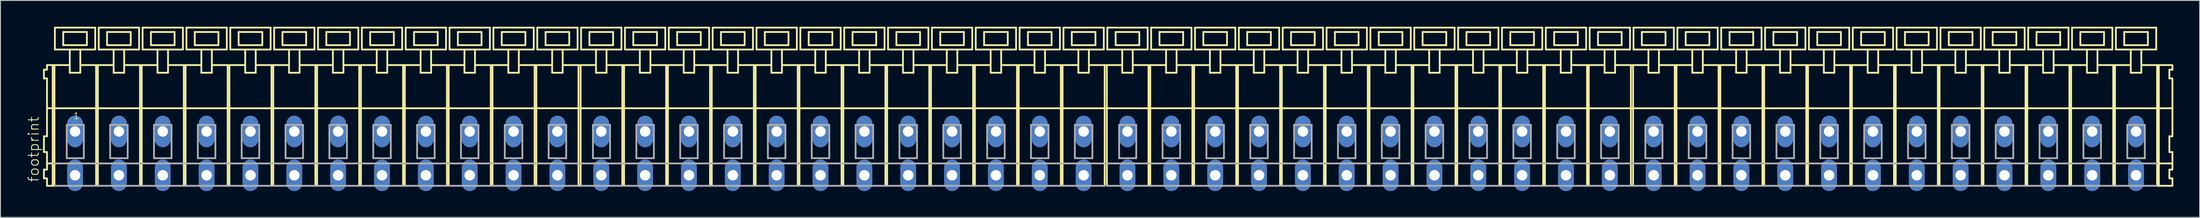
<source format=kicad_pcb>
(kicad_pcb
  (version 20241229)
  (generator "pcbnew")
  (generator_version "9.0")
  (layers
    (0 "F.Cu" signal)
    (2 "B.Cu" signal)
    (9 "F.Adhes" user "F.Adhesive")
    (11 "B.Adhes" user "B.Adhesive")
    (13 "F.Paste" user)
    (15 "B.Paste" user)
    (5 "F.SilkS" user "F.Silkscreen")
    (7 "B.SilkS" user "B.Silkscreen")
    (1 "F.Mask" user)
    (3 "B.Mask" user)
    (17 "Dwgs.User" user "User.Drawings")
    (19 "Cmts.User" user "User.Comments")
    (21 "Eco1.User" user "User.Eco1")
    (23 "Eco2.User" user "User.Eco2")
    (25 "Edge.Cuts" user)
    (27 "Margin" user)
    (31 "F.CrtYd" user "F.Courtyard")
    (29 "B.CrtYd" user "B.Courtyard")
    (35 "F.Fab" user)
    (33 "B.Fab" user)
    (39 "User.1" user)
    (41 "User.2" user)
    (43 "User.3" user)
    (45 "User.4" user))
  (footprint "footprint"
    (layer "F.Cu")
    (at 123.008 11.952)
    (property "Reference" "footprint" (at -121.535 5.855 90) (layer "F.SilkS") (effects (font (size 1.168 1.168) (thickness 0.102)) (justify left bottom)))
    (fp_line (start -121.05 -7.05) (end -121.05 -6.05) (stroke (width 0.203) (type solid)) (layer "F.SilkS"))
    (fp_line (start -121.05 -6.05) (end -120.7 -6.05) (stroke (width 0.203) (type solid)) (layer "F.SilkS"))
    (fp_line (start -121.05 0.55) (end -121.05 2.35) (stroke (width 0.203) (type solid)) (layer "F.SilkS"))
    (fp_line (start -121.05 2.35) (end -120.7 2.35) (stroke (width 0.203) (type solid)) (layer "F.SilkS"))
    (fp_line (start -121.05 4.35) (end -121.05 5.35) (stroke (width 0.203) (type solid)) (layer "F.SilkS"))
    (fp_line (start -121.05 5.35) (end -120.7 5.35) (stroke (width 0.203) (type solid)) (layer "F.SilkS"))
    (fp_line (start -120.7 -7.575) (end -120.7 -7.05) (stroke (width 0.203) (type solid)) (layer "F.SilkS"))
    (fp_line (start -120.7 -7.575) (end -118.125 -7.575) (stroke (width 0.203) (type solid)) (layer "F.SilkS"))
    (fp_line (start -120.7 -7.05) (end -121.05 -7.05) (stroke (width 0.203) (type solid)) (layer "F.SilkS"))
    (fp_line (start -120.7 -6.05) (end -120.7 0.55) (stroke (width 0.203) (type solid)) (layer "F.SilkS"))
    (fp_line (start -120.7 0.55) (end -121.05 0.55) (stroke (width 0.203) (type solid)) (layer "F.SilkS"))
    (fp_line (start -120.7 2.35) (end -120.7 4.35) (stroke (width 0.203) (type solid)) (layer "F.SilkS"))
    (fp_line (start -120.7 3.65) (end -120 3.65) (stroke (width 0.203) (type solid)) (layer "F.SilkS"))
    (fp_line (start -120.7 4.35) (end -121.05 4.35) (stroke (width 0.203) (type solid)) (layer "F.SilkS"))
    (fp_line (start -120.7 5.35) (end -120.7 6.2) (stroke (width 0.203) (type solid)) (layer "F.SilkS"))
    (fp_line (start -120.7 6.2) (end -120.05 6.2) (stroke (width 0.203) (type solid)) (layer "F.SilkS"))
    (fp_line (start -120.65 -2.65) (end -115.1 -2.65) (stroke (width 0.203) (type solid)) (layer "F.SilkS"))
    (fp_line (start -120.05 -7.55) (end -120.05 6.2) (stroke (width 0.203) (type solid)) (layer "F.SilkS"))
    (fp_line (start -120.05 6.2) (end -119.85 6.2) (stroke (width 0.203) (type solid)) (layer "F.SilkS"))
    (fp_line (start -119.85 -7.55) (end -119.85 6.2) (stroke (width 0.203) (type solid)) (layer "F.SilkS"))
    (fp_line (start -119.8 -11.85) (end -119.8 -9.35) (stroke (width 0.203) (type solid)) (layer "F.SilkS"))
    (fp_line (start -119.8 -9.35) (end -118.1 -9.35) (stroke (width 0.203) (type solid)) (layer "F.SilkS"))
    (fp_line (start -118.85 -11.35) (end -118.85 -9.85) (stroke (width 0.203) (type solid)) (layer "F.SilkS"))
    (fp_line (start -118.85 -9.85) (end -116.15 -9.85) (stroke (width 0.203) (type solid)) (layer "F.SilkS"))
    (fp_line (start -118.1 -9.35) (end -118.1 -6.7) (stroke (width 0.203) (type solid)) (layer "F.SilkS"))
    (fp_line (start -118.1 -9.35) (end -116.9 -9.35) (stroke (width 0.203) (type solid)) (layer "F.SilkS"))
    (fp_line (start -118.1 -6.7) (end -116.9 -6.7) (stroke (width 0.203) (type solid)) (layer "F.SilkS"))
    (fp_line (start -116.9 -9.35) (end -115.2 -9.35) (stroke (width 0.203) (type solid)) (layer "F.SilkS"))
    (fp_line (start -116.9 -6.7) (end -116.9 -9.35) (stroke (width 0.203) (type solid)) (layer "F.SilkS"))
    (fp_line (start -116.825 -7.575) (end -113.125 -7.575) (stroke (width 0.203) (type solid)) (layer "F.SilkS"))
    (fp_line (start -116.15 -11.35) (end -118.85 -11.35) (stroke (width 0.203) (type solid)) (layer "F.SilkS"))
    (fp_line (start -116.15 -9.85) (end -116.15 -11.35) (stroke (width 0.203) (type solid)) (layer "F.SilkS"))
    (fp_line (start -115.2 -11.85) (end -119.8 -11.85) (stroke (width 0.203) (type solid)) (layer "F.SilkS"))
    (fp_line (start -115.2 -9.35) (end -115.2 -11.85) (stroke (width 0.203) (type solid)) (layer "F.SilkS"))
    (fp_line (start -115.1 -7.55) (end -115.1 -2.65) (stroke (width 0.203) (type solid)) (layer "F.SilkS"))
    (fp_line (start -115.1 -2.65) (end -115.1 6.2) (stroke (width 0.203) (type solid)) (layer "F.SilkS"))
    (fp_line (start -114.9 -7.55) (end -114.9 -2.65) (stroke (width 0.203) (type solid)) (layer "F.SilkS"))
    (fp_line (start -114.9 -2.65) (end -114.9 6.2) (stroke (width 0.203) (type solid)) (layer "F.SilkS"))
    (fp_line (start -114.9 -2.65) (end -110.1 -2.65) (stroke (width 0.203) (type solid)) (layer "F.SilkS"))
    (fp_line (start -114.8 -11.85) (end -114.8 -9.35) (stroke (width 0.203) (type solid)) (layer "F.SilkS"))
    (fp_line (start -114.8 -9.35) (end -113.1 -9.35) (stroke (width 0.203) (type solid)) (layer "F.SilkS"))
    (fp_line (start -113.85 -11.35) (end -113.85 -9.85) (stroke (width 0.203) (type solid)) (layer "F.SilkS"))
    (fp_line (start -113.85 -9.85) (end -111.15 -9.85) (stroke (width 0.203) (type solid)) (layer "F.SilkS"))
    (fp_line (start -113.1 -9.35) (end -113.1 -6.7) (stroke (width 0.203) (type solid)) (layer "F.SilkS"))
    (fp_line (start -113.1 -9.35) (end -111.9 -9.35) (stroke (width 0.203) (type solid)) (layer "F.SilkS"))
    (fp_line (start -113.1 -6.7) (end -111.9 -6.7) (stroke (width 0.203) (type solid)) (layer "F.SilkS"))
    (fp_line (start -111.9 -9.35) (end -110.2 -9.35) (stroke (width 0.203) (type solid)) (layer "F.SilkS"))
    (fp_line (start -111.9 -6.7) (end -111.9 -9.35) (stroke (width 0.203) (type solid)) (layer "F.SilkS"))
    (fp_line (start -111.875 -7.575) (end -108.125 -7.575) (stroke (width 0.203) (type solid)) (layer "F.SilkS"))
    (fp_line (start -111.15 -11.35) (end -113.85 -11.35) (stroke (width 0.203) (type solid)) (layer "F.SilkS"))
    (fp_line (start -111.15 -9.85) (end -111.15 -11.35) (stroke (width 0.203) (type solid)) (layer "F.SilkS"))
    (fp_line (start -110.2 -11.85) (end -114.8 -11.85) (stroke (width 0.203) (type solid)) (layer "F.SilkS"))
    (fp_line (start -110.2 -9.35) (end -110.2 -11.85) (stroke (width 0.203) (type solid)) (layer "F.SilkS"))
    (fp_line (start -110.1 -7.55) (end -110.1 -2.65) (stroke (width 0.203) (type solid)) (layer "F.SilkS"))
    (fp_line (start -110.1 -2.65) (end -110.1 6.2) (stroke (width 0.203) (type solid)) (layer "F.SilkS"))
    (fp_line (start -110.1 -2.65) (end -109.9 -2.65) (stroke (width 0.203) (type solid)) (layer "F.SilkS"))
    (fp_line (start -109.9 -7.55) (end -109.9 -2.65) (stroke (width 0.203) (type solid)) (layer "F.SilkS"))
    (fp_line (start -109.9 -2.65) (end -109.9 6.2) (stroke (width 0.203) (type solid)) (layer "F.SilkS"))
    (fp_line (start -109.9 -2.65) (end -105.1 -2.65) (stroke (width 0.203) (type solid)) (layer "F.SilkS"))
    (fp_line (start -109.8 -11.85) (end -109.8 -9.35) (stroke (width 0.203) (type solid)) (layer "F.SilkS"))
    (fp_line (start -109.8 -9.35) (end -108.1 -9.35) (stroke (width 0.203) (type solid)) (layer "F.SilkS"))
    (fp_line (start -108.85 -11.35) (end -108.85 -9.85) (stroke (width 0.203) (type solid)) (layer "F.SilkS"))
    (fp_line (start -108.85 -9.85) (end -106.15 -9.85) (stroke (width 0.203) (type solid)) (layer "F.SilkS"))
    (fp_line (start -108.1 -9.35) (end -108.1 -6.7) (stroke (width 0.203) (type solid)) (layer "F.SilkS"))
    (fp_line (start -108.1 -9.35) (end -106.9 -9.35) (stroke (width 0.203) (type solid)) (layer "F.SilkS"))
    (fp_line (start -108.1 -6.7) (end -106.9 -6.7) (stroke (width 0.203) (type solid)) (layer "F.SilkS"))
    (fp_line (start -106.9 -9.35) (end -105.2 -9.35) (stroke (width 0.203) (type solid)) (layer "F.SilkS"))
    (fp_line (start -106.9 -6.7) (end -106.9 -9.35) (stroke (width 0.203) (type solid)) (layer "F.SilkS"))
    (fp_line (start -106.875 -7.575) (end -103.125 -7.575) (stroke (width 0.203) (type solid)) (layer "F.SilkS"))
    (fp_line (start -106.15 -11.35) (end -108.85 -11.35) (stroke (width 0.203) (type solid)) (layer "F.SilkS"))
    (fp_line (start -106.15 -9.85) (end -106.15 -11.35) (stroke (width 0.203) (type solid)) (layer "F.SilkS"))
    (fp_line (start -105.2 -11.85) (end -109.8 -11.85) (stroke (width 0.203) (type solid)) (layer "F.SilkS"))
    (fp_line (start -105.2 -9.35) (end -105.2 -11.85) (stroke (width 0.203) (type solid)) (layer "F.SilkS"))
    (fp_line (start -105.1 -7.55) (end -105.1 -2.65) (stroke (width 0.203) (type solid)) (layer "F.SilkS"))
    (fp_line (start -105.1 -2.65) (end -105.1 6.2) (stroke (width 0.203) (type solid)) (layer "F.SilkS"))
    (fp_line (start -105.1 -2.65) (end -104.9 -2.65) (stroke (width 0.203) (type solid)) (layer "F.SilkS"))
    (fp_line (start -105.1 -2.65) (end -60.1 -2.65) (stroke (width 0.203) (type solid)) (layer "F.SilkS"))
    (fp_line (start -104.9 -7.55) (end -104.9 -2.65) (stroke (width 0.203) (type solid)) (layer "F.SilkS"))
    (fp_line (start -104.9 -2.65) (end -104.9 6.2) (stroke (width 0.203) (type solid)) (layer "F.SilkS"))
    (fp_line (start -104.9 -2.65) (end -100.1 -2.65) (stroke (width 0.203) (type solid)) (layer "F.SilkS"))
    (fp_line (start -104.8 -11.85) (end -104.8 -9.35) (stroke (width 0.203) (type solid)) (layer "F.SilkS"))
    (fp_line (start -104.8 -9.35) (end -103.1 -9.35) (stroke (width 0.203) (type solid)) (layer "F.SilkS"))
    (fp_line (start -103.85 -11.35) (end -103.85 -9.85) (stroke (width 0.203) (type solid)) (layer "F.SilkS"))
    (fp_line (start -103.85 -9.85) (end -101.15 -9.85) (stroke (width 0.203) (type solid)) (layer "F.SilkS"))
    (fp_line (start -103.1 -9.35) (end -103.1 -6.7) (stroke (width 0.203) (type solid)) (layer "F.SilkS"))
    (fp_line (start -103.1 -9.35) (end -101.9 -9.35) (stroke (width 0.203) (type solid)) (layer "F.SilkS"))
    (fp_line (start -103.1 -6.7) (end -101.9 -6.7) (stroke (width 0.203) (type solid)) (layer "F.SilkS"))
    (fp_line (start -101.9 -9.35) (end -100.2 -9.35) (stroke (width 0.203) (type solid)) (layer "F.SilkS"))
    (fp_line (start -101.9 -6.7) (end -101.9 -9.35) (stroke (width 0.203) (type solid)) (layer "F.SilkS"))
    (fp_line (start -101.875 -7.575) (end -98.125 -7.575) (stroke (width 0.203) (type solid)) (layer "F.SilkS"))
    (fp_line (start -101.15 -11.35) (end -103.85 -11.35) (stroke (width 0.203) (type solid)) (layer "F.SilkS"))
    (fp_line (start -101.15 -9.85) (end -101.15 -11.35) (stroke (width 0.203) (type solid)) (layer "F.SilkS"))
    (fp_line (start -100.2 -11.85) (end -104.8 -11.85) (stroke (width 0.203) (type solid)) (layer "F.SilkS"))
    (fp_line (start -100.2 -9.35) (end -100.2 -11.85) (stroke (width 0.203) (type solid)) (layer "F.SilkS"))
    (fp_line (start -100.1 -7.55) (end -100.1 -2.65) (stroke (width 0.203) (type solid)) (layer "F.SilkS"))
    (fp_line (start -100.1 -2.65) (end -100.1 6.2) (stroke (width 0.203) (type solid)) (layer "F.SilkS"))
    (fp_line (start -100.1 -2.65) (end -99.9 -2.65) (stroke (width 0.203) (type solid)) (layer "F.SilkS"))
    (fp_line (start -99.9 -7.55) (end -99.9 -2.65) (stroke (width 0.203) (type solid)) (layer "F.SilkS"))
    (fp_line (start -99.9 -2.65) (end -99.9 6.2) (stroke (width 0.203) (type solid)) (layer "F.SilkS"))
    (fp_line (start -99.9 -2.65) (end -95.1 -2.65) (stroke (width 0.203) (type solid)) (layer "F.SilkS"))
    (fp_line (start -99.8 -11.85) (end -99.8 -9.35) (stroke (width 0.203) (type solid)) (layer "F.SilkS"))
    (fp_line (start -99.8 -9.35) (end -98.1 -9.35) (stroke (width 0.203) (type solid)) (layer "F.SilkS"))
    (fp_line (start -98.85 -11.35) (end -98.85 -9.85) (stroke (width 0.203) (type solid)) (layer "F.SilkS"))
    (fp_line (start -98.85 -9.85) (end -96.15 -9.85) (stroke (width 0.203) (type solid)) (layer "F.SilkS"))
    (fp_line (start -98.1 -9.35) (end -98.1 -6.7) (stroke (width 0.203) (type solid)) (layer "F.SilkS"))
    (fp_line (start -98.1 -9.35) (end -96.9 -9.35) (stroke (width 0.203) (type solid)) (layer "F.SilkS"))
    (fp_line (start -98.1 -6.7) (end -96.9 -6.7) (stroke (width 0.203) (type solid)) (layer "F.SilkS"))
    (fp_line (start -96.9 -9.35) (end -95.2 -9.35) (stroke (width 0.203) (type solid)) (layer "F.SilkS"))
    (fp_line (start -96.9 -6.7) (end -96.9 -9.35) (stroke (width 0.203) (type solid)) (layer "F.SilkS"))
    (fp_line (start -96.875 -7.575) (end -93.125 -7.575) (stroke (width 0.203) (type solid)) (layer "F.SilkS"))
    (fp_line (start -96.15 -11.35) (end -98.85 -11.35) (stroke (width 0.203) (type solid)) (layer "F.SilkS"))
    (fp_line (start -96.15 -9.85) (end -96.15 -11.35) (stroke (width 0.203) (type solid)) (layer "F.SilkS"))
    (fp_line (start -95.2 -11.85) (end -99.8 -11.85) (stroke (width 0.203) (type solid)) (layer "F.SilkS"))
    (fp_line (start -95.2 -9.35) (end -95.2 -11.85) (stroke (width 0.203) (type solid)) (layer "F.SilkS"))
    (fp_line (start -95.1 -7.55) (end -95.1 -2.65) (stroke (width 0.203) (type solid)) (layer "F.SilkS"))
    (fp_line (start -95.1 -2.65) (end -95.1 6.2) (stroke (width 0.203) (type solid)) (layer "F.SilkS"))
    (fp_line (start -95.1 -2.65) (end -94.9 -2.65) (stroke (width 0.203) (type solid)) (layer "F.SilkS"))
    (fp_line (start -94.9 -7.55) (end -94.9 -2.65) (stroke (width 0.203) (type solid)) (layer "F.SilkS"))
    (fp_line (start -94.9 -2.65) (end -94.9 6.2) (stroke (width 0.203) (type solid)) (layer "F.SilkS"))
    (fp_line (start -94.9 -2.65) (end -90.1 -2.65) (stroke (width 0.203) (type solid)) (layer "F.SilkS"))
    (fp_line (start -94.8 -11.85) (end -94.8 -9.35) (stroke (width 0.203) (type solid)) (layer "F.SilkS"))
    (fp_line (start -94.8 -9.35) (end -93.1 -9.35) (stroke (width 0.203) (type solid)) (layer "F.SilkS"))
    (fp_line (start -93.85 -11.35) (end -93.85 -9.85) (stroke (width 0.203) (type solid)) (layer "F.SilkS"))
    (fp_line (start -93.85 -9.85) (end -91.15 -9.85) (stroke (width 0.203) (type solid)) (layer "F.SilkS"))
    (fp_line (start -93.1 -9.35) (end -93.1 -6.7) (stroke (width 0.203) (type solid)) (layer "F.SilkS"))
    (fp_line (start -93.1 -9.35) (end -91.9 -9.35) (stroke (width 0.203) (type solid)) (layer "F.SilkS"))
    (fp_line (start -93.1 -6.7) (end -91.9 -6.7) (stroke (width 0.203) (type solid)) (layer "F.SilkS"))
    (fp_line (start -91.9 -9.35) (end -90.2 -9.35) (stroke (width 0.203) (type solid)) (layer "F.SilkS"))
    (fp_line (start -91.9 -6.7) (end -91.9 -9.35) (stroke (width 0.203) (type solid)) (layer "F.SilkS"))
    (fp_line (start -91.875 -7.575) (end -88.125 -7.575) (stroke (width 0.203) (type solid)) (layer "F.SilkS"))
    (fp_line (start -91.15 -11.35) (end -93.85 -11.35) (stroke (width 0.203) (type solid)) (layer "F.SilkS"))
    (fp_line (start -91.15 -9.85) (end -91.15 -11.35) (stroke (width 0.203) (type solid)) (layer "F.SilkS"))
    (fp_line (start -90.2 -11.85) (end -94.8 -11.85) (stroke (width 0.203) (type solid)) (layer "F.SilkS"))
    (fp_line (start -90.2 -9.35) (end -90.2 -11.85) (stroke (width 0.203) (type solid)) (layer "F.SilkS"))
    (fp_line (start -90.1 -7.55) (end -90.1 -2.65) (stroke (width 0.203) (type solid)) (layer "F.SilkS"))
    (fp_line (start -90.1 -2.65) (end -90.1 6.2) (stroke (width 0.203) (type solid)) (layer "F.SilkS"))
    (fp_line (start -90.1 -2.65) (end -89.9 -2.65) (stroke (width 0.203) (type solid)) (layer "F.SilkS"))
    (fp_line (start -89.9 -7.55) (end -89.9 -2.65) (stroke (width 0.203) (type solid)) (layer "F.SilkS"))
    (fp_line (start -89.9 -2.65) (end -89.9 6.2) (stroke (width 0.203) (type solid)) (layer "F.SilkS"))
    (fp_line (start -89.9 -2.65) (end -85.1 -2.65) (stroke (width 0.203) (type solid)) (layer "F.SilkS"))
    (fp_line (start -89.8 -11.85) (end -89.8 -9.35) (stroke (width 0.203) (type solid)) (layer "F.SilkS"))
    (fp_line (start -89.8 -9.35) (end -88.1 -9.35) (stroke (width 0.203) (type solid)) (layer "F.SilkS"))
    (fp_line (start -88.85 -11.35) (end -88.85 -9.85) (stroke (width 0.203) (type solid)) (layer "F.SilkS"))
    (fp_line (start -88.85 -9.85) (end -86.15 -9.85) (stroke (width 0.203) (type solid)) (layer "F.SilkS"))
    (fp_line (start -88.1 -9.35) (end -88.1 -6.7) (stroke (width 0.203) (type solid)) (layer "F.SilkS"))
    (fp_line (start -88.1 -9.35) (end -86.9 -9.35) (stroke (width 0.203) (type solid)) (layer "F.SilkS"))
    (fp_line (start -88.1 -6.7) (end -86.9 -6.7) (stroke (width 0.203) (type solid)) (layer "F.SilkS"))
    (fp_line (start -86.9 -9.35) (end -85.2 -9.35) (stroke (width 0.203) (type solid)) (layer "F.SilkS"))
    (fp_line (start -86.9 -6.7) (end -86.9 -9.35) (stroke (width 0.203) (type solid)) (layer "F.SilkS"))
    (fp_line (start -86.875 -7.575) (end -83.125 -7.575) (stroke (width 0.203) (type solid)) (layer "F.SilkS"))
    (fp_line (start -86.15 -11.35) (end -88.85 -11.35) (stroke (width 0.203) (type solid)) (layer "F.SilkS"))
    (fp_line (start -86.15 -9.85) (end -86.15 -11.35) (stroke (width 0.203) (type solid)) (layer "F.SilkS"))
    (fp_line (start -85.2 -11.85) (end -89.8 -11.85) (stroke (width 0.203) (type solid)) (layer "F.SilkS"))
    (fp_line (start -85.2 -9.35) (end -85.2 -11.85) (stroke (width 0.203) (type solid)) (layer "F.SilkS"))
    (fp_line (start -85.1 -7.55) (end -85.1 -2.65) (stroke (width 0.203) (type solid)) (layer "F.SilkS"))
    (fp_line (start -85.1 -2.65) (end -85.1 6.2) (stroke (width 0.203) (type solid)) (layer "F.SilkS"))
    (fp_line (start -85.1 -2.65) (end -84.9 -2.65) (stroke (width 0.203) (type solid)) (layer "F.SilkS"))
    (fp_line (start -84.9 -7.55) (end -84.9 -2.65) (stroke (width 0.203) (type solid)) (layer "F.SilkS"))
    (fp_line (start -84.9 -2.65) (end -84.9 6.2) (stroke (width 0.203) (type solid)) (layer "F.SilkS"))
    (fp_line (start -84.9 -2.65) (end -80.1 -2.65) (stroke (width 0.203) (type solid)) (layer "F.SilkS"))
    (fp_line (start -84.8 -11.85) (end -84.8 -9.35) (stroke (width 0.203) (type solid)) (layer "F.SilkS"))
    (fp_line (start -84.8 -9.35) (end -83.1 -9.35) (stroke (width 0.203) (type solid)) (layer "F.SilkS"))
    (fp_line (start -83.85 -11.35) (end -83.85 -9.85) (stroke (width 0.203) (type solid)) (layer "F.SilkS"))
    (fp_line (start -83.85 -9.85) (end -81.15 -9.85) (stroke (width 0.203) (type solid)) (layer "F.SilkS"))
    (fp_line (start -83.1 -9.35) (end -83.1 -6.7) (stroke (width 0.203) (type solid)) (layer "F.SilkS"))
    (fp_line (start -83.1 -9.35) (end -81.9 -9.35) (stroke (width 0.203) (type solid)) (layer "F.SilkS"))
    (fp_line (start -83.1 -6.7) (end -81.9 -6.7) (stroke (width 0.203) (type solid)) (layer "F.SilkS"))
    (fp_line (start -81.9 -9.35) (end -80.2 -9.35) (stroke (width 0.203) (type solid)) (layer "F.SilkS"))
    (fp_line (start -81.9 -6.7) (end -81.9 -9.35) (stroke (width 0.203) (type solid)) (layer "F.SilkS"))
    (fp_line (start -81.875 -7.575) (end -78.125 -7.575) (stroke (width 0.203) (type solid)) (layer "F.SilkS"))
    (fp_line (start -81.15 -11.35) (end -83.85 -11.35) (stroke (width 0.203) (type solid)) (layer "F.SilkS"))
    (fp_line (start -81.15 -9.85) (end -81.15 -11.35) (stroke (width 0.203) (type solid)) (layer "F.SilkS"))
    (fp_line (start -80.2 -11.85) (end -84.8 -11.85) (stroke (width 0.203) (type solid)) (layer "F.SilkS"))
    (fp_line (start -80.2 -9.35) (end -80.2 -11.85) (stroke (width 0.203) (type solid)) (layer "F.SilkS"))
    (fp_line (start -80.1 -7.55) (end -80.1 -2.65) (stroke (width 0.203) (type solid)) (layer "F.SilkS"))
    (fp_line (start -80.1 -2.65) (end -80.1 6.2) (stroke (width 0.203) (type solid)) (layer "F.SilkS"))
    (fp_line (start -80.1 -2.65) (end -79.9 -2.65) (stroke (width 0.203) (type solid)) (layer "F.SilkS"))
    (fp_line (start -79.9 -7.55) (end -79.9 -2.65) (stroke (width 0.203) (type solid)) (layer "F.SilkS"))
    (fp_line (start -79.9 -2.65) (end -79.9 6.2) (stroke (width 0.203) (type solid)) (layer "F.SilkS"))
    (fp_line (start -79.9 -2.65) (end -75.1 -2.65) (stroke (width 0.203) (type solid)) (layer "F.SilkS"))
    (fp_line (start -79.8 -11.85) (end -79.8 -9.35) (stroke (width 0.203) (type solid)) (layer "F.SilkS"))
    (fp_line (start -79.8 -9.35) (end -78.1 -9.35) (stroke (width 0.203) (type solid)) (layer "F.SilkS"))
    (fp_line (start -78.85 -11.35) (end -78.85 -9.85) (stroke (width 0.203) (type solid)) (layer "F.SilkS"))
    (fp_line (start -78.85 -9.85) (end -76.15 -9.85) (stroke (width 0.203) (type solid)) (layer "F.SilkS"))
    (fp_line (start -78.1 -9.35) (end -78.1 -6.7) (stroke (width 0.203) (type solid)) (layer "F.SilkS"))
    (fp_line (start -78.1 -9.35) (end -76.9 -9.35) (stroke (width 0.203) (type solid)) (layer "F.SilkS"))
    (fp_line (start -78.1 -6.7) (end -76.9 -6.7) (stroke (width 0.203) (type solid)) (layer "F.SilkS"))
    (fp_line (start -76.9 -9.35) (end -75.2 -9.35) (stroke (width 0.203) (type solid)) (layer "F.SilkS"))
    (fp_line (start -76.9 -6.7) (end -76.9 -9.35) (stroke (width 0.203) (type solid)) (layer "F.SilkS"))
    (fp_line (start -76.875 -7.575) (end -73.125 -7.575) (stroke (width 0.203) (type solid)) (layer "F.SilkS"))
    (fp_line (start -76.15 -11.35) (end -78.85 -11.35) (stroke (width 0.203) (type solid)) (layer "F.SilkS"))
    (fp_line (start -76.15 -9.85) (end -76.15 -11.35) (stroke (width 0.203) (type solid)) (layer "F.SilkS"))
    (fp_line (start -75.2 -11.85) (end -79.8 -11.85) (stroke (width 0.203) (type solid)) (layer "F.SilkS"))
    (fp_line (start -75.2 -9.35) (end -75.2 -11.85) (stroke (width 0.203) (type solid)) (layer "F.SilkS"))
    (fp_line (start -75.1 -7.55) (end -75.1 -2.65) (stroke (width 0.203) (type solid)) (layer "F.SilkS"))
    (fp_line (start -75.1 -2.65) (end -75.1 6.2) (stroke (width 0.203) (type solid)) (layer "F.SilkS"))
    (fp_line (start -75.1 -2.65) (end -74.9 -2.65) (stroke (width 0.203) (type solid)) (layer "F.SilkS"))
    (fp_line (start -74.9 -7.55) (end -74.9 -2.65) (stroke (width 0.203) (type solid)) (layer "F.SilkS"))
    (fp_line (start -74.9 -2.65) (end -74.9 6.2) (stroke (width 0.203) (type solid)) (layer "F.SilkS"))
    (fp_line (start -74.9 -2.65) (end -70.1 -2.65) (stroke (width 0.203) (type solid)) (layer "F.SilkS"))
    (fp_line (start -74.8 -11.85) (end -74.8 -9.35) (stroke (width 0.203) (type solid)) (layer "F.SilkS"))
    (fp_line (start -74.8 -9.35) (end -73.1 -9.35) (stroke (width 0.203) (type solid)) (layer "F.SilkS"))
    (fp_line (start -73.85 -11.35) (end -73.85 -9.85) (stroke (width 0.203) (type solid)) (layer "F.SilkS"))
    (fp_line (start -73.85 -9.85) (end -71.15 -9.85) (stroke (width 0.203) (type solid)) (layer "F.SilkS"))
    (fp_line (start -73.1 -9.35) (end -73.1 -6.7) (stroke (width 0.203) (type solid)) (layer "F.SilkS"))
    (fp_line (start -73.1 -9.35) (end -71.9 -9.35) (stroke (width 0.203) (type solid)) (layer "F.SilkS"))
    (fp_line (start -73.1 -6.7) (end -71.9 -6.7) (stroke (width 0.203) (type solid)) (layer "F.SilkS"))
    (fp_line (start -71.9 -9.35) (end -70.2 -9.35) (stroke (width 0.203) (type solid)) (layer "F.SilkS"))
    (fp_line (start -71.9 -6.7) (end -71.9 -9.35) (stroke (width 0.203) (type solid)) (layer "F.SilkS"))
    (fp_line (start -71.875 -7.575) (end -68.125 -7.575) (stroke (width 0.203) (type solid)) (layer "F.SilkS"))
    (fp_line (start -71.15 -11.35) (end -73.85 -11.35) (stroke (width 0.203) (type solid)) (layer "F.SilkS"))
    (fp_line (start -71.15 -9.85) (end -71.15 -11.35) (stroke (width 0.203) (type solid)) (layer "F.SilkS"))
    (fp_line (start -70.2 -11.85) (end -74.8 -11.85) (stroke (width 0.203) (type solid)) (layer "F.SilkS"))
    (fp_line (start -70.2 -9.35) (end -70.2 -11.85) (stroke (width 0.203) (type solid)) (layer "F.SilkS"))
    (fp_line (start -70.1 -7.55) (end -70.1 -2.65) (stroke (width 0.203) (type solid)) (layer "F.SilkS"))
    (fp_line (start -70.1 -2.65) (end -70.1 6.2) (stroke (width 0.203) (type solid)) (layer "F.SilkS"))
    (fp_line (start -70.1 -2.65) (end -69.9 -2.65) (stroke (width 0.203) (type solid)) (layer "F.SilkS"))
    (fp_line (start -69.9 -7.55) (end -69.9 -2.65) (stroke (width 0.203) (type solid)) (layer "F.SilkS"))
    (fp_line (start -69.9 -2.65) (end -69.9 6.2) (stroke (width 0.203) (type solid)) (layer "F.SilkS"))
    (fp_line (start -69.9 -2.65) (end -65.1 -2.65) (stroke (width 0.203) (type solid)) (layer "F.SilkS"))
    (fp_line (start -69.8 -11.85) (end -69.8 -9.35) (stroke (width 0.203) (type solid)) (layer "F.SilkS"))
    (fp_line (start -69.8 -9.35) (end -68.1 -9.35) (stroke (width 0.203) (type solid)) (layer "F.SilkS"))
    (fp_line (start -68.85 -11.35) (end -68.85 -9.85) (stroke (width 0.203) (type solid)) (layer "F.SilkS"))
    (fp_line (start -68.85 -9.85) (end -66.15 -9.85) (stroke (width 0.203) (type solid)) (layer "F.SilkS"))
    (fp_line (start -68.1 -9.35) (end -68.1 -6.7) (stroke (width 0.203) (type solid)) (layer "F.SilkS"))
    (fp_line (start -68.1 -9.35) (end -66.9 -9.35) (stroke (width 0.203) (type solid)) (layer "F.SilkS"))
    (fp_line (start -68.1 -6.7) (end -66.9 -6.7) (stroke (width 0.203) (type solid)) (layer "F.SilkS"))
    (fp_line (start -66.9 -9.35) (end -65.2 -9.35) (stroke (width 0.203) (type solid)) (layer "F.SilkS"))
    (fp_line (start -66.9 -6.7) (end -66.9 -9.35) (stroke (width 0.203) (type solid)) (layer "F.SilkS"))
    (fp_line (start -66.875 -7.575) (end -63.125 -7.575) (stroke (width 0.203) (type solid)) (layer "F.SilkS"))
    (fp_line (start -66.15 -11.35) (end -68.85 -11.35) (stroke (width 0.203) (type solid)) (layer "F.SilkS"))
    (fp_line (start -66.15 -9.85) (end -66.15 -11.35) (stroke (width 0.203) (type solid)) (layer "F.SilkS"))
    (fp_line (start -65.2 -11.85) (end -69.8 -11.85) (stroke (width 0.203) (type solid)) (layer "F.SilkS"))
    (fp_line (start -65.2 -9.35) (end -65.2 -11.85) (stroke (width 0.203) (type solid)) (layer "F.SilkS"))
    (fp_line (start -65.1 -7.55) (end -65.1 -2.65) (stroke (width 0.203) (type solid)) (layer "F.SilkS"))
    (fp_line (start -65.1 -2.65) (end -65.1 6.2) (stroke (width 0.203) (type solid)) (layer "F.SilkS"))
    (fp_line (start -65.1 -2.65) (end -64.9 -2.65) (stroke (width 0.203) (type solid)) (layer "F.SilkS"))
    (fp_line (start -64.9 -7.55) (end -64.9 -2.65) (stroke (width 0.203) (type solid)) (layer "F.SilkS"))
    (fp_line (start -64.9 -2.65) (end -64.9 6.2) (stroke (width 0.203) (type solid)) (layer "F.SilkS"))
    (fp_line (start -64.8 -11.85) (end -64.8 -9.35) (stroke (width 0.203) (type solid)) (layer "F.SilkS"))
    (fp_line (start -64.8 -9.35) (end -63.1 -9.35) (stroke (width 0.203) (type solid)) (layer "F.SilkS"))
    (fp_line (start -63.85 -11.35) (end -63.85 -9.85) (stroke (width 0.203) (type solid)) (layer "F.SilkS"))
    (fp_line (start -63.85 -9.85) (end -61.15 -9.85) (stroke (width 0.203) (type solid)) (layer "F.SilkS"))
    (fp_line (start -63.1 -9.35) (end -63.1 -6.7) (stroke (width 0.203) (type solid)) (layer "F.SilkS"))
    (fp_line (start -63.1 -9.35) (end -61.9 -9.35) (stroke (width 0.203) (type solid)) (layer "F.SilkS"))
    (fp_line (start -63.1 -6.7) (end -61.9 -6.7) (stroke (width 0.203) (type solid)) (layer "F.SilkS"))
    (fp_line (start -61.9 -9.35) (end -60.2 -9.35) (stroke (width 0.203) (type solid)) (layer "F.SilkS"))
    (fp_line (start -61.9 -6.7) (end -61.9 -9.35) (stroke (width 0.203) (type solid)) (layer "F.SilkS"))
    (fp_line (start -61.875 -7.575) (end -58.175 -7.575) (stroke (width 0.203) (type solid)) (layer "F.SilkS"))
    (fp_line (start -61.15 -11.35) (end -63.85 -11.35) (stroke (width 0.203) (type solid)) (layer "F.SilkS"))
    (fp_line (start -61.15 -9.85) (end -61.15 -11.35) (stroke (width 0.203) (type solid)) (layer "F.SilkS"))
    (fp_line (start -60.2 -11.85) (end -64.8 -11.85) (stroke (width 0.203) (type solid)) (layer "F.SilkS"))
    (fp_line (start -60.2 -9.35) (end -60.2 -11.85) (stroke (width 0.203) (type solid)) (layer "F.SilkS"))
    (fp_line (start -60.1 -7.55) (end -60.1 -2.65) (stroke (width 0.203) (type solid)) (layer "F.SilkS"))
    (fp_line (start -60.1 -2.65) (end -60.1 6.2) (stroke (width 0.203) (type solid)) (layer "F.SilkS"))
    (fp_line (start -60.1 -2.65) (end -59.9 -2.65) (stroke (width 0.203) (type solid)) (layer "F.SilkS"))
    (fp_line (start -60.1 6.2) (end -59.9 6.2) (stroke (width 0.203) (type solid)) (layer "F.SilkS"))
    (fp_line (start -59.85 -7.55) (end -59.85 -2.65) (stroke (width 0.203) (type solid)) (layer "F.SilkS"))
    (fp_line (start -59.85 -2.65) (end -59.85 6.2) (stroke (width 0.203) (type solid)) (layer "F.SilkS"))
    (fp_line (start -59.85 -2.65) (end -55.1 -2.65) (stroke (width 0.203) (type solid)) (layer "F.SilkS"))
    (fp_line (start -59.8 -11.85) (end -59.8 -9.35) (stroke (width 0.203) (type solid)) (layer "F.SilkS"))
    (fp_line (start -59.8 -9.35) (end -58.1 -9.35) (stroke (width 0.203) (type solid)) (layer "F.SilkS"))
    (fp_line (start -58.85 -11.35) (end -58.85 -9.85) (stroke (width 0.203) (type solid)) (layer "F.SilkS"))
    (fp_line (start -58.85 -9.85) (end -56.15 -9.85) (stroke (width 0.203) (type solid)) (layer "F.SilkS"))
    (fp_line (start -58.1 -9.35) (end -58.1 -6.7) (stroke (width 0.203) (type solid)) (layer "F.SilkS"))
    (fp_line (start -58.1 -9.35) (end -56.9 -9.35) (stroke (width 0.203) (type solid)) (layer "F.SilkS"))
    (fp_line (start -58.1 -6.7) (end -56.9 -6.7) (stroke (width 0.203) (type solid)) (layer "F.SilkS"))
    (fp_line (start -56.9 -9.35) (end -55.2 -9.35) (stroke (width 0.203) (type solid)) (layer "F.SilkS"))
    (fp_line (start -56.9 -6.7) (end -56.9 -9.35) (stroke (width 0.203) (type solid)) (layer "F.SilkS"))
    (fp_line (start -56.825 -7.575) (end -53.125 -7.575) (stroke (width 0.203) (type solid)) (layer "F.SilkS"))
    (fp_line (start -56.15 -11.35) (end -58.85 -11.35) (stroke (width 0.203) (type solid)) (layer "F.SilkS"))
    (fp_line (start -56.15 -9.85) (end -56.15 -11.35) (stroke (width 0.203) (type solid)) (layer "F.SilkS"))
    (fp_line (start -55.2 -11.85) (end -59.8 -11.85) (stroke (width 0.203) (type solid)) (layer "F.SilkS"))
    (fp_line (start -55.2 -9.35) (end -55.2 -11.85) (stroke (width 0.203) (type solid)) (layer "F.SilkS"))
    (fp_line (start -55.1 -7.55) (end -55.1 -2.65) (stroke (width 0.203) (type solid)) (layer "F.SilkS"))
    (fp_line (start -55.1 -2.65) (end -55.1 6.2) (stroke (width 0.203) (type solid)) (layer "F.SilkS"))
    (fp_line (start -54.9 -7.55) (end -54.9 -2.65) (stroke (width 0.203) (type solid)) (layer "F.SilkS"))
    (fp_line (start -54.9 -2.65) (end -54.9 6.2) (stroke (width 0.203) (type solid)) (layer "F.SilkS"))
    (fp_line (start -54.9 -2.65) (end -50.1 -2.65) (stroke (width 0.203) (type solid)) (layer "F.SilkS"))
    (fp_line (start -54.8 -11.85) (end -54.8 -9.35) (stroke (width 0.203) (type solid)) (layer "F.SilkS"))
    (fp_line (start -54.8 -9.35) (end -53.1 -9.35) (stroke (width 0.203) (type solid)) (layer "F.SilkS"))
    (fp_line (start -53.85 -11.35) (end -53.85 -9.85) (stroke (width 0.203) (type solid)) (layer "F.SilkS"))
    (fp_line (start -53.85 -9.85) (end -51.15 -9.85) (stroke (width 0.203) (type solid)) (layer "F.SilkS"))
    (fp_line (start -53.1 -9.35) (end -53.1 -6.7) (stroke (width 0.203) (type solid)) (layer "F.SilkS"))
    (fp_line (start -53.1 -9.35) (end -51.9 -9.35) (stroke (width 0.203) (type solid)) (layer "F.SilkS"))
    (fp_line (start -53.1 -6.7) (end -51.9 -6.7) (stroke (width 0.203) (type solid)) (layer "F.SilkS"))
    (fp_line (start -51.9 -9.35) (end -50.2 -9.35) (stroke (width 0.203) (type solid)) (layer "F.SilkS"))
    (fp_line (start -51.9 -6.7) (end -51.9 -9.35) (stroke (width 0.203) (type solid)) (layer "F.SilkS"))
    (fp_line (start -51.875 -7.575) (end -48.125 -7.575) (stroke (width 0.203) (type solid)) (layer "F.SilkS"))
    (fp_line (start -51.15 -11.35) (end -53.85 -11.35) (stroke (width 0.203) (type solid)) (layer "F.SilkS"))
    (fp_line (start -51.15 -9.85) (end -51.15 -11.35) (stroke (width 0.203) (type solid)) (layer "F.SilkS"))
    (fp_line (start -50.2 -11.85) (end -54.8 -11.85) (stroke (width 0.203) (type solid)) (layer "F.SilkS"))
    (fp_line (start -50.2 -9.35) (end -50.2 -11.85) (stroke (width 0.203) (type solid)) (layer "F.SilkS"))
    (fp_line (start -50.1 -7.55) (end -50.1 -2.65) (stroke (width 0.203) (type solid)) (layer "F.SilkS"))
    (fp_line (start -50.1 -2.65) (end -50.1 6.2) (stroke (width 0.203) (type solid)) (layer "F.SilkS"))
    (fp_line (start -50.1 -2.65) (end -49.9 -2.65) (stroke (width 0.203) (type solid)) (layer "F.SilkS"))
    (fp_line (start -49.9 -7.55) (end -49.9 -2.65) (stroke (width 0.203) (type solid)) (layer "F.SilkS"))
    (fp_line (start -49.9 -2.65) (end -49.9 6.2) (stroke (width 0.203) (type solid)) (layer "F.SilkS"))
    (fp_line (start -49.9 -2.65) (end -45.1 -2.65) (stroke (width 0.203) (type solid)) (layer "F.SilkS"))
    (fp_line (start -49.8 -11.85) (end -49.8 -9.35) (stroke (width 0.203) (type solid)) (layer "F.SilkS"))
    (fp_line (start -49.8 -9.35) (end -48.1 -9.35) (stroke (width 0.203) (type solid)) (layer "F.SilkS"))
    (fp_line (start -48.85 -11.35) (end -48.85 -9.85) (stroke (width 0.203) (type solid)) (layer "F.SilkS"))
    (fp_line (start -48.85 -9.85) (end -46.15 -9.85) (stroke (width 0.203) (type solid)) (layer "F.SilkS"))
    (fp_line (start -48.1 -9.35) (end -48.1 -6.7) (stroke (width 0.203) (type solid)) (layer "F.SilkS"))
    (fp_line (start -48.1 -9.35) (end -46.9 -9.35) (stroke (width 0.203) (type solid)) (layer "F.SilkS"))
    (fp_line (start -48.1 -6.7) (end -46.9 -6.7) (stroke (width 0.203) (type solid)) (layer "F.SilkS"))
    (fp_line (start -46.9 -9.35) (end -45.2 -9.35) (stroke (width 0.203) (type solid)) (layer "F.SilkS"))
    (fp_line (start -46.9 -6.7) (end -46.9 -9.35) (stroke (width 0.203) (type solid)) (layer "F.SilkS"))
    (fp_line (start -46.875 -7.575) (end -43.125 -7.575) (stroke (width 0.203) (type solid)) (layer "F.SilkS"))
    (fp_line (start -46.15 -11.35) (end -48.85 -11.35) (stroke (width 0.203) (type solid)) (layer "F.SilkS"))
    (fp_line (start -46.15 -9.85) (end -46.15 -11.35) (stroke (width 0.203) (type solid)) (layer "F.SilkS"))
    (fp_line (start -45.2 -11.85) (end -49.8 -11.85) (stroke (width 0.203) (type solid)) (layer "F.SilkS"))
    (fp_line (start -45.2 -9.35) (end -45.2 -11.85) (stroke (width 0.203) (type solid)) (layer "F.SilkS"))
    (fp_line (start -45.1 -7.55) (end -45.1 -2.65) (stroke (width 0.203) (type solid)) (layer "F.SilkS"))
    (fp_line (start -45.1 -2.65) (end -45.1 6.2) (stroke (width 0.203) (type solid)) (layer "F.SilkS"))
    (fp_line (start -45.1 -2.65) (end -44.9 -2.65) (stroke (width 0.203) (type solid)) (layer "F.SilkS"))
    (fp_line (start -45.1 -2.65) (end -0.1 -2.65) (stroke (width 0.203) (type solid)) (layer "F.SilkS"))
    (fp_line (start -44.9 -7.55) (end -44.9 -2.65) (stroke (width 0.203) (type solid)) (layer "F.SilkS"))
    (fp_line (start -44.9 -2.65) (end -44.9 6.2) (stroke (width 0.203) (type solid)) (layer "F.SilkS"))
    (fp_line (start -44.9 -2.65) (end -40.1 -2.65) (stroke (width 0.203) (type solid)) (layer "F.SilkS"))
    (fp_line (start -44.8 -11.85) (end -44.8 -9.35) (stroke (width 0.203) (type solid)) (layer "F.SilkS"))
    (fp_line (start -44.8 -9.35) (end -43.1 -9.35) (stroke (width 0.203) (type solid)) (layer "F.SilkS"))
    (fp_line (start -43.85 -11.35) (end -43.85 -9.85) (stroke (width 0.203) (type solid)) (layer "F.SilkS"))
    (fp_line (start -43.85 -9.85) (end -41.15 -9.85) (stroke (width 0.203) (type solid)) (layer "F.SilkS"))
    (fp_line (start -43.1 -9.35) (end -43.1 -6.7) (stroke (width 0.203) (type solid)) (layer "F.SilkS"))
    (fp_line (start -43.1 -9.35) (end -41.9 -9.35) (stroke (width 0.203) (type solid)) (layer "F.SilkS"))
    (fp_line (start -43.1 -6.7) (end -41.9 -6.7) (stroke (width 0.203) (type solid)) (layer "F.SilkS"))
    (fp_line (start -41.9 -9.35) (end -40.2 -9.35) (stroke (width 0.203) (type solid)) (layer "F.SilkS"))
    (fp_line (start -41.9 -6.7) (end -41.9 -9.35) (stroke (width 0.203) (type solid)) (layer "F.SilkS"))
    (fp_line (start -41.875 -7.575) (end -38.125 -7.575) (stroke (width 0.203) (type solid)) (layer "F.SilkS"))
    (fp_line (start -41.15 -11.35) (end -43.85 -11.35) (stroke (width 0.203) (type solid)) (layer "F.SilkS"))
    (fp_line (start -41.15 -9.85) (end -41.15 -11.35) (stroke (width 0.203) (type solid)) (layer "F.SilkS"))
    (fp_line (start -40.2 -11.85) (end -44.8 -11.85) (stroke (width 0.203) (type solid)) (layer "F.SilkS"))
    (fp_line (start -40.2 -9.35) (end -40.2 -11.85) (stroke (width 0.203) (type solid)) (layer "F.SilkS"))
    (fp_line (start -40.1 -7.55) (end -40.1 -2.65) (stroke (width 0.203) (type solid)) (layer "F.SilkS"))
    (fp_line (start -40.1 -2.65) (end -40.1 6.2) (stroke (width 0.203) (type solid)) (layer "F.SilkS"))
    (fp_line (start -40.1 -2.65) (end -39.9 -2.65) (stroke (width 0.203) (type solid)) (layer "F.SilkS"))
    (fp_line (start -39.9 -7.55) (end -39.9 -2.65) (stroke (width 0.203) (type solid)) (layer "F.SilkS"))
    (fp_line (start -39.9 -2.65) (end -39.9 6.2) (stroke (width 0.203) (type solid)) (layer "F.SilkS"))
    (fp_line (start -39.9 -2.65) (end -35.1 -2.65) (stroke (width 0.203) (type solid)) (layer "F.SilkS"))
    (fp_line (start -39.8 -11.85) (end -39.8 -9.35) (stroke (width 0.203) (type solid)) (layer "F.SilkS"))
    (fp_line (start -39.8 -9.35) (end -38.1 -9.35) (stroke (width 0.203) (type solid)) (layer "F.SilkS"))
    (fp_line (start -38.85 -11.35) (end -38.85 -9.85) (stroke (width 0.203) (type solid)) (layer "F.SilkS"))
    (fp_line (start -38.85 -9.85) (end -36.15 -9.85) (stroke (width 0.203) (type solid)) (layer "F.SilkS"))
    (fp_line (start -38.1 -9.35) (end -38.1 -6.7) (stroke (width 0.203) (type solid)) (layer "F.SilkS"))
    (fp_line (start -38.1 -9.35) (end -36.9 -9.35) (stroke (width 0.203) (type solid)) (layer "F.SilkS"))
    (fp_line (start -38.1 -6.7) (end -36.9 -6.7) (stroke (width 0.203) (type solid)) (layer "F.SilkS"))
    (fp_line (start -36.9 -9.35) (end -35.2 -9.35) (stroke (width 0.203) (type solid)) (layer "F.SilkS"))
    (fp_line (start -36.9 -6.7) (end -36.9 -9.35) (stroke (width 0.203) (type solid)) (layer "F.SilkS"))
    (fp_line (start -36.875 -7.575) (end -33.125 -7.575) (stroke (width 0.203) (type solid)) (layer "F.SilkS"))
    (fp_line (start -36.15 -11.35) (end -38.85 -11.35) (stroke (width 0.203) (type solid)) (layer "F.SilkS"))
    (fp_line (start -36.15 -9.85) (end -36.15 -11.35) (stroke (width 0.203) (type solid)) (layer "F.SilkS"))
    (fp_line (start -35.2 -11.85) (end -39.8 -11.85) (stroke (width 0.203) (type solid)) (layer "F.SilkS"))
    (fp_line (start -35.2 -9.35) (end -35.2 -11.85) (stroke (width 0.203) (type solid)) (layer "F.SilkS"))
    (fp_line (start -35.1 -7.55) (end -35.1 -2.65) (stroke (width 0.203) (type solid)) (layer "F.SilkS"))
    (fp_line (start -35.1 -2.65) (end -35.1 6.2) (stroke (width 0.203) (type solid)) (layer "F.SilkS"))
    (fp_line (start -35.1 -2.65) (end -34.9 -2.65) (stroke (width 0.203) (type solid)) (layer "F.SilkS"))
    (fp_line (start -34.9 -7.55) (end -34.9 -2.65) (stroke (width 0.203) (type solid)) (layer "F.SilkS"))
    (fp_line (start -34.9 -2.65) (end -34.9 6.2) (stroke (width 0.203) (type solid)) (layer "F.SilkS"))
    (fp_line (start -34.9 -2.65) (end -30.1 -2.65) (stroke (width 0.203) (type solid)) (layer "F.SilkS"))
    (fp_line (start -34.8 -11.85) (end -34.8 -9.35) (stroke (width 0.203) (type solid)) (layer "F.SilkS"))
    (fp_line (start -34.8 -9.35) (end -33.1 -9.35) (stroke (width 0.203) (type solid)) (layer "F.SilkS"))
    (fp_line (start -33.85 -11.35) (end -33.85 -9.85) (stroke (width 0.203) (type solid)) (layer "F.SilkS"))
    (fp_line (start -33.85 -9.85) (end -31.15 -9.85) (stroke (width 0.203) (type solid)) (layer "F.SilkS"))
    (fp_line (start -33.1 -9.35) (end -33.1 -6.7) (stroke (width 0.203) (type solid)) (layer "F.SilkS"))
    (fp_line (start -33.1 -9.35) (end -31.9 -9.35) (stroke (width 0.203) (type solid)) (layer "F.SilkS"))
    (fp_line (start -33.1 -6.7) (end -31.9 -6.7) (stroke (width 0.203) (type solid)) (layer "F.SilkS"))
    (fp_line (start -31.9 -9.35) (end -30.2 -9.35) (stroke (width 0.203) (type solid)) (layer "F.SilkS"))
    (fp_line (start -31.9 -6.7) (end -31.9 -9.35) (stroke (width 0.203) (type solid)) (layer "F.SilkS"))
    (fp_line (start -31.875 -7.575) (end -28.125 -7.575) (stroke (width 0.203) (type solid)) (layer "F.SilkS"))
    (fp_line (start -31.15 -11.35) (end -33.85 -11.35) (stroke (width 0.203) (type solid)) (layer "F.SilkS"))
    (fp_line (start -31.15 -9.85) (end -31.15 -11.35) (stroke (width 0.203) (type solid)) (layer "F.SilkS"))
    (fp_line (start -30.2 -11.85) (end -34.8 -11.85) (stroke (width 0.203) (type solid)) (layer "F.SilkS"))
    (fp_line (start -30.2 -9.35) (end -30.2 -11.85) (stroke (width 0.203) (type solid)) (layer "F.SilkS"))
    (fp_line (start -30.1 -7.55) (end -30.1 -2.65) (stroke (width 0.203) (type solid)) (layer "F.SilkS"))
    (fp_line (start -30.1 -2.65) (end -30.1 6.2) (stroke (width 0.203) (type solid)) (layer "F.SilkS"))
    (fp_line (start -30.1 -2.65) (end -29.9 -2.65) (stroke (width 0.203) (type solid)) (layer "F.SilkS"))
    (fp_line (start -29.9 -7.55) (end -29.9 -2.65) (stroke (width 0.203) (type solid)) (layer "F.SilkS"))
    (fp_line (start -29.9 -2.65) (end -29.9 6.2) (stroke (width 0.203) (type solid)) (layer "F.SilkS"))
    (fp_line (start -29.9 -2.65) (end -25.1 -2.65) (stroke (width 0.203) (type solid)) (layer "F.SilkS"))
    (fp_line (start -29.8 -11.85) (end -29.8 -9.35) (stroke (width 0.203) (type solid)) (layer "F.SilkS"))
    (fp_line (start -29.8 -9.35) (end -28.1 -9.35) (stroke (width 0.203) (type solid)) (layer "F.SilkS"))
    (fp_line (start -28.85 -11.35) (end -28.85 -9.85) (stroke (width 0.203) (type solid)) (layer "F.SilkS"))
    (fp_line (start -28.85 -9.85) (end -26.15 -9.85) (stroke (width 0.203) (type solid)) (layer "F.SilkS"))
    (fp_line (start -28.1 -9.35) (end -28.1 -6.7) (stroke (width 0.203) (type solid)) (layer "F.SilkS"))
    (fp_line (start -28.1 -9.35) (end -26.9 -9.35) (stroke (width 0.203) (type solid)) (layer "F.SilkS"))
    (fp_line (start -28.1 -6.7) (end -26.9 -6.7) (stroke (width 0.203) (type solid)) (layer "F.SilkS"))
    (fp_line (start -26.9 -9.35) (end -25.2 -9.35) (stroke (width 0.203) (type solid)) (layer "F.SilkS"))
    (fp_line (start -26.9 -6.7) (end -26.9 -9.35) (stroke (width 0.203) (type solid)) (layer "F.SilkS"))
    (fp_line (start -26.875 -7.575) (end -23.125 -7.575) (stroke (width 0.203) (type solid)) (layer "F.SilkS"))
    (fp_line (start -26.15 -11.35) (end -28.85 -11.35) (stroke (width 0.203) (type solid)) (layer "F.SilkS"))
    (fp_line (start -26.15 -9.85) (end -26.15 -11.35) (stroke (width 0.203) (type solid)) (layer "F.SilkS"))
    (fp_line (start -25.2 -11.85) (end -29.8 -11.85) (stroke (width 0.203) (type solid)) (layer "F.SilkS"))
    (fp_line (start -25.2 -9.35) (end -25.2 -11.85) (stroke (width 0.203) (type solid)) (layer "F.SilkS"))
    (fp_line (start -25.1 -7.55) (end -25.1 -2.65) (stroke (width 0.203) (type solid)) (layer "F.SilkS"))
    (fp_line (start -25.1 -2.65) (end -25.1 6.2) (stroke (width 0.203) (type solid)) (layer "F.SilkS"))
    (fp_line (start -25.1 -2.65) (end -24.9 -2.65) (stroke (width 0.203) (type solid)) (layer "F.SilkS"))
    (fp_line (start -24.9 -7.55) (end -24.9 -2.65) (stroke (width 0.203) (type solid)) (layer "F.SilkS"))
    (fp_line (start -24.9 -2.65) (end -24.9 6.2) (stroke (width 0.203) (type solid)) (layer "F.SilkS"))
    (fp_line (start -24.9 -2.65) (end -20.1 -2.65) (stroke (width 0.203) (type solid)) (layer "F.SilkS"))
    (fp_line (start -24.8 -11.85) (end -24.8 -9.35) (stroke (width 0.203) (type solid)) (layer "F.SilkS"))
    (fp_line (start -24.8 -9.35) (end -23.1 -9.35) (stroke (width 0.203) (type solid)) (layer "F.SilkS"))
    (fp_line (start -23.85 -11.35) (end -23.85 -9.85) (stroke (width 0.203) (type solid)) (layer "F.SilkS"))
    (fp_line (start -23.85 -9.85) (end -21.15 -9.85) (stroke (width 0.203) (type solid)) (layer "F.SilkS"))
    (fp_line (start -23.1 -9.35) (end -23.1 -6.7) (stroke (width 0.203) (type solid)) (layer "F.SilkS"))
    (fp_line (start -23.1 -9.35) (end -21.9 -9.35) (stroke (width 0.203) (type solid)) (layer "F.SilkS"))
    (fp_line (start -23.1 -6.7) (end -21.9 -6.7) (stroke (width 0.203) (type solid)) (layer "F.SilkS"))
    (fp_line (start -21.9 -9.35) (end -20.2 -9.35) (stroke (width 0.203) (type solid)) (layer "F.SilkS"))
    (fp_line (start -21.9 -6.7) (end -21.9 -9.35) (stroke (width 0.203) (type solid)) (layer "F.SilkS"))
    (fp_line (start -21.875 -7.575) (end -18.125 -7.575) (stroke (width 0.203) (type solid)) (layer "F.SilkS"))
    (fp_line (start -21.15 -11.35) (end -23.85 -11.35) (stroke (width 0.203) (type solid)) (layer "F.SilkS"))
    (fp_line (start -21.15 -9.85) (end -21.15 -11.35) (stroke (width 0.203) (type solid)) (layer "F.SilkS"))
    (fp_line (start -20.2 -11.85) (end -24.8 -11.85) (stroke (width 0.203) (type solid)) (layer "F.SilkS"))
    (fp_line (start -20.2 -9.35) (end -20.2 -11.85) (stroke (width 0.203) (type solid)) (layer "F.SilkS"))
    (fp_line (start -20.1 -7.55) (end -20.1 -2.65) (stroke (width 0.203) (type solid)) (layer "F.SilkS"))
    (fp_line (start -20.1 -2.65) (end -20.1 6.2) (stroke (width 0.203) (type solid)) (layer "F.SilkS"))
    (fp_line (start -20.1 -2.65) (end -19.9 -2.65) (stroke (width 0.203) (type solid)) (layer "F.SilkS"))
    (fp_line (start -19.9 -7.55) (end -19.9 -2.65) (stroke (width 0.203) (type solid)) (layer "F.SilkS"))
    (fp_line (start -19.9 -2.65) (end -19.9 6.2) (stroke (width 0.203) (type solid)) (layer "F.SilkS"))
    (fp_line (start -19.9 -2.65) (end -15.1 -2.65) (stroke (width 0.203) (type solid)) (layer "F.SilkS"))
    (fp_line (start -19.8 -11.85) (end -19.8 -9.35) (stroke (width 0.203) (type solid)) (layer "F.SilkS"))
    (fp_line (start -19.8 -9.35) (end -18.1 -9.35) (stroke (width 0.203) (type solid)) (layer "F.SilkS"))
    (fp_line (start -18.85 -11.35) (end -18.85 -9.85) (stroke (width 0.203) (type solid)) (layer "F.SilkS"))
    (fp_line (start -18.85 -9.85) (end -16.15 -9.85) (stroke (width 0.203) (type solid)) (layer "F.SilkS"))
    (fp_line (start -18.1 -9.35) (end -18.1 -6.7) (stroke (width 0.203) (type solid)) (layer "F.SilkS"))
    (fp_line (start -18.1 -9.35) (end -16.9 -9.35) (stroke (width 0.203) (type solid)) (layer "F.SilkS"))
    (fp_line (start -18.1 -6.7) (end -16.9 -6.7) (stroke (width 0.203) (type solid)) (layer "F.SilkS"))
    (fp_line (start -16.9 -9.35) (end -15.2 -9.35) (stroke (width 0.203) (type solid)) (layer "F.SilkS"))
    (fp_line (start -16.9 -6.7) (end -16.9 -9.35) (stroke (width 0.203) (type solid)) (layer "F.SilkS"))
    (fp_line (start -16.875 -7.575) (end -13.125 -7.575) (stroke (width 0.203) (type solid)) (layer "F.SilkS"))
    (fp_line (start -16.15 -11.35) (end -18.85 -11.35) (stroke (width 0.203) (type solid)) (layer "F.SilkS"))
    (fp_line (start -16.15 -9.85) (end -16.15 -11.35) (stroke (width 0.203) (type solid)) (layer "F.SilkS"))
    (fp_line (start -15.2 -11.85) (end -19.8 -11.85) (stroke (width 0.203) (type solid)) (layer "F.SilkS"))
    (fp_line (start -15.2 -9.35) (end -15.2 -11.85) (stroke (width 0.203) (type solid)) (layer "F.SilkS"))
    (fp_line (start -15.1 -7.55) (end -15.1 -2.65) (stroke (width 0.203) (type solid)) (layer "F.SilkS"))
    (fp_line (start -15.1 -2.65) (end -15.1 6.2) (stroke (width 0.203) (type solid)) (layer "F.SilkS"))
    (fp_line (start -15.1 -2.65) (end -14.9 -2.65) (stroke (width 0.203) (type solid)) (layer "F.SilkS"))
    (fp_line (start -14.9 -7.55) (end -14.9 -2.65) (stroke (width 0.203) (type solid)) (layer "F.SilkS"))
    (fp_line (start -14.9 -2.65) (end -14.9 6.2) (stroke (width 0.203) (type solid)) (layer "F.SilkS"))
    (fp_line (start -14.9 -2.65) (end -10.1 -2.65) (stroke (width 0.203) (type solid)) (layer "F.SilkS"))
    (fp_line (start -14.8 -11.85) (end -14.8 -9.35) (stroke (width 0.203) (type solid)) (layer "F.SilkS"))
    (fp_line (start -14.8 -9.35) (end -13.1 -9.35) (stroke (width 0.203) (type solid)) (layer "F.SilkS"))
    (fp_line (start -13.85 -11.35) (end -13.85 -9.85) (stroke (width 0.203) (type solid)) (layer "F.SilkS"))
    (fp_line (start -13.85 -9.85) (end -11.15 -9.85) (stroke (width 0.203) (type solid)) (layer "F.SilkS"))
    (fp_line (start -13.1 -9.35) (end -13.1 -6.7) (stroke (width 0.203) (type solid)) (layer "F.SilkS"))
    (fp_line (start -13.1 -9.35) (end -11.9 -9.35) (stroke (width 0.203) (type solid)) (layer "F.SilkS"))
    (fp_line (start -13.1 -6.7) (end -11.9 -6.7) (stroke (width 0.203) (type solid)) (layer "F.SilkS"))
    (fp_line (start -11.9 -9.35) (end -10.2 -9.35) (stroke (width 0.203) (type solid)) (layer "F.SilkS"))
    (fp_line (start -11.9 -6.7) (end -11.9 -9.35) (stroke (width 0.203) (type solid)) (layer "F.SilkS"))
    (fp_line (start -11.875 -7.575) (end -8.125 -7.575) (stroke (width 0.203) (type solid)) (layer "F.SilkS"))
    (fp_line (start -11.15 -11.35) (end -13.85 -11.35) (stroke (width 0.203) (type solid)) (layer "F.SilkS"))
    (fp_line (start -11.15 -9.85) (end -11.15 -11.35) (stroke (width 0.203) (type solid)) (layer "F.SilkS"))
    (fp_line (start -10.2 -11.85) (end -14.8 -11.85) (stroke (width 0.203) (type solid)) (layer "F.SilkS"))
    (fp_line (start -10.2 -9.35) (end -10.2 -11.85) (stroke (width 0.203) (type solid)) (layer "F.SilkS"))
    (fp_line (start -10.1 -7.55) (end -10.1 -2.65) (stroke (width 0.203) (type solid)) (layer "F.SilkS"))
    (fp_line (start -10.1 -2.65) (end -10.1 6.2) (stroke (width 0.203) (type solid)) (layer "F.SilkS"))
    (fp_line (start -10.1 -2.65) (end -9.9 -2.65) (stroke (width 0.203) (type solid)) (layer "F.SilkS"))
    (fp_line (start -9.9 -7.55) (end -9.9 -2.65) (stroke (width 0.203) (type solid)) (layer "F.SilkS"))
    (fp_line (start -9.9 -2.65) (end -9.9 6.2) (stroke (width 0.203) (type solid)) (layer "F.SilkS"))
    (fp_line (start -9.9 -2.65) (end -5.1 -2.65) (stroke (width 0.203) (type solid)) (layer "F.SilkS"))
    (fp_line (start -9.8 -11.85) (end -9.8 -9.35) (stroke (width 0.203) (type solid)) (layer "F.SilkS"))
    (fp_line (start -9.8 -9.35) (end -8.1 -9.35) (stroke (width 0.203) (type solid)) (layer "F.SilkS"))
    (fp_line (start -8.85 -11.35) (end -8.85 -9.85) (stroke (width 0.203) (type solid)) (layer "F.SilkS"))
    (fp_line (start -8.85 -9.85) (end -6.15 -9.85) (stroke (width 0.203) (type solid)) (layer "F.SilkS"))
    (fp_line (start -8.1 -9.35) (end -8.1 -6.7) (stroke (width 0.203) (type solid)) (layer "F.SilkS"))
    (fp_line (start -8.1 -9.35) (end -6.9 -9.35) (stroke (width 0.203) (type solid)) (layer "F.SilkS"))
    (fp_line (start -8.1 -6.7) (end -6.9 -6.7) (stroke (width 0.203) (type solid)) (layer "F.SilkS"))
    (fp_line (start -6.9 -9.35) (end -5.2 -9.35) (stroke (width 0.203) (type solid)) (layer "F.SilkS"))
    (fp_line (start -6.9 -6.7) (end -6.9 -9.35) (stroke (width 0.203) (type solid)) (layer "F.SilkS"))
    (fp_line (start -6.875 -7.575) (end -3.125 -7.575) (stroke (width 0.203) (type solid)) (layer "F.SilkS"))
    (fp_line (start -6.15 -11.35) (end -8.85 -11.35) (stroke (width 0.203) (type solid)) (layer "F.SilkS"))
    (fp_line (start -6.15 -9.85) (end -6.15 -11.35) (stroke (width 0.203) (type solid)) (layer "F.SilkS"))
    (fp_line (start -5.2 -11.85) (end -9.8 -11.85) (stroke (width 0.203) (type solid)) (layer "F.SilkS"))
    (fp_line (start -5.2 -9.35) (end -5.2 -11.85) (stroke (width 0.203) (type solid)) (layer "F.SilkS"))
    (fp_line (start -5.1 -7.55) (end -5.1 -2.65) (stroke (width 0.203) (type solid)) (layer "F.SilkS"))
    (fp_line (start -5.1 -2.65) (end -5.1 6.2) (stroke (width 0.203) (type solid)) (layer "F.SilkS"))
    (fp_line (start -5.1 -2.65) (end -4.9 -2.65) (stroke (width 0.203) (type solid)) (layer "F.SilkS"))
    (fp_line (start -4.9 -7.55) (end -4.9 -2.65) (stroke (width 0.203) (type solid)) (layer "F.SilkS"))
    (fp_line (start -4.9 -2.65) (end -4.9 6.2) (stroke (width 0.203) (type solid)) (layer "F.SilkS"))
    (fp_line (start -4.8 -11.85) (end -4.8 -9.35) (stroke (width 0.203) (type solid)) (layer "F.SilkS"))
    (fp_line (start -4.8 -9.35) (end -3.1 -9.35) (stroke (width 0.203) (type solid)) (layer "F.SilkS"))
    (fp_line (start -3.85 -11.35) (end -3.85 -9.85) (stroke (width 0.203) (type solid)) (layer "F.SilkS"))
    (fp_line (start -3.85 -9.85) (end -1.15 -9.85) (stroke (width 0.203) (type solid)) (layer "F.SilkS"))
    (fp_line (start -3.1 -9.35) (end -3.1 -6.7) (stroke (width 0.203) (type solid)) (layer "F.SilkS"))
    (fp_line (start -3.1 -9.35) (end -1.9 -9.35) (stroke (width 0.203) (type solid)) (layer "F.SilkS"))
    (fp_line (start -3.1 -6.7) (end -1.9 -6.7) (stroke (width 0.203) (type solid)) (layer "F.SilkS"))
    (fp_line (start -1.9 -9.35) (end -0.2 -9.35) (stroke (width 0.203) (type solid)) (layer "F.SilkS"))
    (fp_line (start -1.9 -6.7) (end -1.9 -9.35) (stroke (width 0.203) (type solid)) (layer "F.SilkS"))
    (fp_line (start -1.875 -7.575) (end 1.825 -7.575) (stroke (width 0.203) (type solid)) (layer "F.SilkS"))
    (fp_line (start -1.15 -11.35) (end -3.85 -11.35) (stroke (width 0.203) (type solid)) (layer "F.SilkS"))
    (fp_line (start -1.15 -9.85) (end -1.15 -11.35) (stroke (width 0.203) (type solid)) (layer "F.SilkS"))
    (fp_line (start -0.65 -2.65) (end 4.9 -2.65) (stroke (width 0.203) (type solid)) (layer "F.SilkS"))
    (fp_line (start -0.2 -11.85) (end -4.8 -11.85) (stroke (width 0.203) (type solid)) (layer "F.SilkS"))
    (fp_line (start -0.2 -9.35) (end -0.2 -11.85) (stroke (width 0.203) (type solid)) (layer "F.SilkS"))
    (fp_line (start -0.1 -7.55) (end -0.1 -2.65) (stroke (width 0.203) (type solid)) (layer "F.SilkS"))
    (fp_line (start -0.1 -2.65) (end -0.1 6.2) (stroke (width 0.203) (type solid)) (layer "F.SilkS"))
    (fp_line (start -0.1 -2.65) (end 0.1 -2.65) (stroke (width 0.203) (type solid)) (layer "F.SilkS"))
    (fp_line (start 0.15 -7.55) (end 0.15 6.2) (stroke (width 0.203) (type solid)) (layer "F.SilkS"))
    (fp_line (start 0.2 -11.85) (end 0.2 -9.35) (stroke (width 0.203) (type solid)) (layer "F.SilkS"))
    (fp_line (start 0.2 -9.35) (end 1.9 -9.35) (stroke (width 0.203) (type solid)) (layer "F.SilkS"))
    (fp_line (start 1.15 -11.35) (end 1.15 -9.85) (stroke (width 0.203) (type solid)) (layer "F.SilkS"))
    (fp_line (start 1.15 -9.85) (end 3.85 -9.85) (stroke (width 0.203) (type solid)) (layer "F.SilkS"))
    (fp_line (start 1.9 -9.35) (end 1.9 -6.7) (stroke (width 0.203) (type solid)) (layer "F.SilkS"))
    (fp_line (start 1.9 -9.35) (end 3.1 -9.35) (stroke (width 0.203) (type solid)) (layer "F.SilkS"))
    (fp_line (start 1.9 -6.7) (end 3.1 -6.7) (stroke (width 0.203) (type solid)) (layer "F.SilkS"))
    (fp_line (start 3.1 -9.35) (end 4.8 -9.35) (stroke (width 0.203) (type solid)) (layer "F.SilkS"))
    (fp_line (start 3.1 -6.7) (end 3.1 -9.35) (stroke (width 0.203) (type solid)) (layer "F.SilkS"))
    (fp_line (start 3.175 -7.575) (end 6.875 -7.575) (stroke (width 0.203) (type solid)) (layer "F.SilkS"))
    (fp_line (start 3.85 -11.35) (end 1.15 -11.35) (stroke (width 0.203) (type solid)) (layer "F.SilkS"))
    (fp_line (start 3.85 -9.85) (end 3.85 -11.35) (stroke (width 0.203) (type solid)) (layer "F.SilkS"))
    (fp_line (start 4.8 -11.85) (end 0.2 -11.85) (stroke (width 0.203) (type solid)) (layer "F.SilkS"))
    (fp_line (start 4.8 -9.35) (end 4.8 -11.85) (stroke (width 0.203) (type solid)) (layer "F.SilkS"))
    (fp_line (start 4.9 -7.55) (end 4.9 -2.65) (stroke (width 0.203) (type solid)) (layer "F.SilkS"))
    (fp_line (start 4.9 -2.65) (end 4.9 6.2) (stroke (width 0.203) (type solid)) (layer "F.SilkS"))
    (fp_line (start 5.1 -7.55) (end 5.1 -2.65) (stroke (width 0.203) (type solid)) (layer "F.SilkS"))
    (fp_line (start 5.1 -2.65) (end 5.1 6.2) (stroke (width 0.203) (type solid)) (layer "F.SilkS"))
    (fp_line (start 5.1 -2.65) (end 9.9 -2.65) (stroke (width 0.203) (type solid)) (layer "F.SilkS"))
    (fp_line (start 5.2 -11.85) (end 5.2 -9.35) (stroke (width 0.203) (type solid)) (layer "F.SilkS"))
    (fp_line (start 5.2 -9.35) (end 6.9 -9.35) (stroke (width 0.203) (type solid)) (layer "F.SilkS"))
    (fp_line (start 6.15 -11.35) (end 6.15 -9.85) (stroke (width 0.203) (type solid)) (layer "F.SilkS"))
    (fp_line (start 6.15 -9.85) (end 8.85 -9.85) (stroke (width 0.203) (type solid)) (layer "F.SilkS"))
    (fp_line (start 6.9 -9.35) (end 6.9 -6.7) (stroke (width 0.203) (type solid)) (layer "F.SilkS"))
    (fp_line (start 6.9 -9.35) (end 8.1 -9.35) (stroke (width 0.203) (type solid)) (layer "F.SilkS"))
    (fp_line (start 6.9 -6.7) (end 8.1 -6.7) (stroke (width 0.203) (type solid)) (layer "F.SilkS"))
    (fp_line (start 8.1 -9.35) (end 9.8 -9.35) (stroke (width 0.203) (type solid)) (layer "F.SilkS"))
    (fp_line (start 8.1 -6.7) (end 8.1 -9.35) (stroke (width 0.203) (type solid)) (layer "F.SilkS"))
    (fp_line (start 8.125 -7.575) (end 11.875 -7.575) (stroke (width 0.203) (type solid)) (layer "F.SilkS"))
    (fp_line (start 8.85 -11.35) (end 6.15 -11.35) (stroke (width 0.203) (type solid)) (layer "F.SilkS"))
    (fp_line (start 8.85 -9.85) (end 8.85 -11.35) (stroke (width 0.203) (type solid)) (layer "F.SilkS"))
    (fp_line (start 9.8 -11.85) (end 5.2 -11.85) (stroke (width 0.203) (type solid)) (layer "F.SilkS"))
    (fp_line (start 9.8 -9.35) (end 9.8 -11.85) (stroke (width 0.203) (type solid)) (layer "F.SilkS"))
    (fp_line (start 9.9 -7.55) (end 9.9 -2.65) (stroke (width 0.203) (type solid)) (layer "F.SilkS"))
    (fp_line (start 9.9 -2.65) (end 9.9 6.2) (stroke (width 0.203) (type solid)) (layer "F.SilkS"))
    (fp_line (start 9.9 -2.65) (end 10.1 -2.65) (stroke (width 0.203) (type solid)) (layer "F.SilkS"))
    (fp_line (start 10.1 -7.55) (end 10.1 -2.65) (stroke (width 0.203) (type solid)) (layer "F.SilkS"))
    (fp_line (start 10.1 -2.65) (end 10.1 6.2) (stroke (width 0.203) (type solid)) (layer "F.SilkS"))
    (fp_line (start 10.1 -2.65) (end 14.9 -2.65) (stroke (width 0.203) (type solid)) (layer "F.SilkS"))
    (fp_line (start 10.2 -11.85) (end 10.2 -9.35) (stroke (width 0.203) (type solid)) (layer "F.SilkS"))
    (fp_line (start 10.2 -9.35) (end 11.9 -9.35) (stroke (width 0.203) (type solid)) (layer "F.SilkS"))
    (fp_line (start 11.15 -11.35) (end 11.15 -9.85) (stroke (width 0.203) (type solid)) (layer "F.SilkS"))
    (fp_line (start 11.15 -9.85) (end 13.85 -9.85) (stroke (width 0.203) (type solid)) (layer "F.SilkS"))
    (fp_line (start 11.9 -9.35) (end 11.9 -6.7) (stroke (width 0.203) (type solid)) (layer "F.SilkS"))
    (fp_line (start 11.9 -9.35) (end 13.1 -9.35) (stroke (width 0.203) (type solid)) (layer "F.SilkS"))
    (fp_line (start 11.9 -6.7) (end 13.1 -6.7) (stroke (width 0.203) (type solid)) (layer "F.SilkS"))
    (fp_line (start 13.1 -9.35) (end 14.8 -9.35) (stroke (width 0.203) (type solid)) (layer "F.SilkS"))
    (fp_line (start 13.1 -6.7) (end 13.1 -9.35) (stroke (width 0.203) (type solid)) (layer "F.SilkS"))
    (fp_line (start 13.125 -7.575) (end 16.875 -7.575) (stroke (width 0.203) (type solid)) (layer "F.SilkS"))
    (fp_line (start 13.85 -11.35) (end 11.15 -11.35) (stroke (width 0.203) (type solid)) (layer "F.SilkS"))
    (fp_line (start 13.85 -9.85) (end 13.85 -11.35) (stroke (width 0.203) (type solid)) (layer "F.SilkS"))
    (fp_line (start 14.8 -11.85) (end 10.2 -11.85) (stroke (width 0.203) (type solid)) (layer "F.SilkS"))
    (fp_line (start 14.8 -9.35) (end 14.8 -11.85) (stroke (width 0.203) (type solid)) (layer "F.SilkS"))
    (fp_line (start 14.9 -7.55) (end 14.9 -2.65) (stroke (width 0.203) (type solid)) (layer "F.SilkS"))
    (fp_line (start 14.9 -2.65) (end 14.9 6.2) (stroke (width 0.203) (type solid)) (layer "F.SilkS"))
    (fp_line (start 14.9 -2.65) (end 15.1 -2.65) (stroke (width 0.203) (type solid)) (layer "F.SilkS"))
    (fp_line (start 14.9 -2.65) (end 59.9 -2.65) (stroke (width 0.203) (type solid)) (layer "F.SilkS"))
    (fp_line (start 14.9 -2.65) (end 119.9 -2.65) (stroke (width 0.203) (type solid)) (layer "F.SilkS"))
    (fp_line (start 15.1 -7.55) (end 15.1 -2.65) (stroke (width 0.203) (type solid)) (layer "F.SilkS"))
    (fp_line (start 15.1 -2.65) (end 15.1 6.2) (stroke (width 0.203) (type solid)) (layer "F.SilkS"))
    (fp_line (start 15.1 -2.65) (end 19.9 -2.65) (stroke (width 0.203) (type solid)) (layer "F.SilkS"))
    (fp_line (start 15.2 -11.85) (end 15.2 -9.35) (stroke (width 0.203) (type solid)) (layer "F.SilkS"))
    (fp_line (start 15.2 -9.35) (end 16.9 -9.35) (stroke (width 0.203) (type solid)) (layer "F.SilkS"))
    (fp_line (start 16.15 -11.35) (end 16.15 -9.85) (stroke (width 0.203) (type solid)) (layer "F.SilkS"))
    (fp_line (start 16.15 -9.85) (end 18.85 -9.85) (stroke (width 0.203) (type solid)) (layer "F.SilkS"))
    (fp_line (start 16.9 -9.35) (end 16.9 -6.7) (stroke (width 0.203) (type solid)) (layer "F.SilkS"))
    (fp_line (start 16.9 -9.35) (end 18.1 -9.35) (stroke (width 0.203) (type solid)) (layer "F.SilkS"))
    (fp_line (start 16.9 -6.7) (end 18.1 -6.7) (stroke (width 0.203) (type solid)) (layer "F.SilkS"))
    (fp_line (start 18.1 -9.35) (end 19.8 -9.35) (stroke (width 0.203) (type solid)) (layer "F.SilkS"))
    (fp_line (start 18.1 -6.7) (end 18.1 -9.35) (stroke (width 0.203) (type solid)) (layer "F.SilkS"))
    (fp_line (start 18.125 -7.575) (end 21.875 -7.575) (stroke (width 0.203) (type solid)) (layer "F.SilkS"))
    (fp_line (start 18.85 -11.35) (end 16.15 -11.35) (stroke (width 0.203) (type solid)) (layer "F.SilkS"))
    (fp_line (start 18.85 -9.85) (end 18.85 -11.35) (stroke (width 0.203) (type solid)) (layer "F.SilkS"))
    (fp_line (start 19.8 -11.85) (end 15.2 -11.85) (stroke (width 0.203) (type solid)) (layer "F.SilkS"))
    (fp_line (start 19.8 -9.35) (end 19.8 -11.85) (stroke (width 0.203) (type solid)) (layer "F.SilkS"))
    (fp_line (start 19.9 -7.55) (end 19.9 -2.65) (stroke (width 0.203) (type solid)) (layer "F.SilkS"))
    (fp_line (start 19.9 -2.65) (end 19.9 6.2) (stroke (width 0.203) (type solid)) (layer "F.SilkS"))
    (fp_line (start 19.9 -2.65) (end 20.1 -2.65) (stroke (width 0.203) (type solid)) (layer "F.SilkS"))
    (fp_line (start 20.1 -7.55) (end 20.1 -2.65) (stroke (width 0.203) (type solid)) (layer "F.SilkS"))
    (fp_line (start 20.1 -2.65) (end 20.1 6.2) (stroke (width 0.203) (type solid)) (layer "F.SilkS"))
    (fp_line (start 20.1 -2.65) (end 24.9 -2.65) (stroke (width 0.203) (type solid)) (layer "F.SilkS"))
    (fp_line (start 20.2 -11.85) (end 20.2 -9.35) (stroke (width 0.203) (type solid)) (layer "F.SilkS"))
    (fp_line (start 20.2 -9.35) (end 21.9 -9.35) (stroke (width 0.203) (type solid)) (layer "F.SilkS"))
    (fp_line (start 21.15 -11.35) (end 21.15 -9.85) (stroke (width 0.203) (type solid)) (layer "F.SilkS"))
    (fp_line (start 21.15 -9.85) (end 23.85 -9.85) (stroke (width 0.203) (type solid)) (layer "F.SilkS"))
    (fp_line (start 21.9 -9.35) (end 21.9 -6.7) (stroke (width 0.203) (type solid)) (layer "F.SilkS"))
    (fp_line (start 21.9 -9.35) (end 23.1 -9.35) (stroke (width 0.203) (type solid)) (layer "F.SilkS"))
    (fp_line (start 21.9 -6.7) (end 23.1 -6.7) (stroke (width 0.203) (type solid)) (layer "F.SilkS"))
    (fp_line (start 23.1 -9.35) (end 24.8 -9.35) (stroke (width 0.203) (type solid)) (layer "F.SilkS"))
    (fp_line (start 23.1 -6.7) (end 23.1 -9.35) (stroke (width 0.203) (type solid)) (layer "F.SilkS"))
    (fp_line (start 23.125 -7.575) (end 26.875 -7.575) (stroke (width 0.203) (type solid)) (layer "F.SilkS"))
    (fp_line (start 23.85 -11.35) (end 21.15 -11.35) (stroke (width 0.203) (type solid)) (layer "F.SilkS"))
    (fp_line (start 23.85 -9.85) (end 23.85 -11.35) (stroke (width 0.203) (type solid)) (layer "F.SilkS"))
    (fp_line (start 24.8 -11.85) (end 20.2 -11.85) (stroke (width 0.203) (type solid)) (layer "F.SilkS"))
    (fp_line (start 24.8 -9.35) (end 24.8 -11.85) (stroke (width 0.203) (type solid)) (layer "F.SilkS"))
    (fp_line (start 24.9 -7.55) (end 24.9 -2.65) (stroke (width 0.203) (type solid)) (layer "F.SilkS"))
    (fp_line (start 24.9 -2.65) (end 24.9 6.2) (stroke (width 0.203) (type solid)) (layer "F.SilkS"))
    (fp_line (start 24.9 -2.65) (end 25.1 -2.65) (stroke (width 0.203) (type solid)) (layer "F.SilkS"))
    (fp_line (start 25.1 -7.55) (end 25.1 -2.65) (stroke (width 0.203) (type solid)) (layer "F.SilkS"))
    (fp_line (start 25.1 -2.65) (end 25.1 6.2) (stroke (width 0.203) (type solid)) (layer "F.SilkS"))
    (fp_line (start 25.1 -2.65) (end 29.9 -2.65) (stroke (width 0.203) (type solid)) (layer "F.SilkS"))
    (fp_line (start 25.2 -11.85) (end 25.2 -9.35) (stroke (width 0.203) (type solid)) (layer "F.SilkS"))
    (fp_line (start 25.2 -9.35) (end 26.9 -9.35) (stroke (width 0.203) (type solid)) (layer "F.SilkS"))
    (fp_line (start 26.15 -11.35) (end 26.15 -9.85) (stroke (width 0.203) (type solid)) (layer "F.SilkS"))
    (fp_line (start 26.15 -9.85) (end 28.85 -9.85) (stroke (width 0.203) (type solid)) (layer "F.SilkS"))
    (fp_line (start 26.9 -9.35) (end 26.9 -6.7) (stroke (width 0.203) (type solid)) (layer "F.SilkS"))
    (fp_line (start 26.9 -9.35) (end 28.1 -9.35) (stroke (width 0.203) (type solid)) (layer "F.SilkS"))
    (fp_line (start 26.9 -6.7) (end 28.1 -6.7) (stroke (width 0.203) (type solid)) (layer "F.SilkS"))
    (fp_line (start 28.1 -9.35) (end 29.8 -9.35) (stroke (width 0.203) (type solid)) (layer "F.SilkS"))
    (fp_line (start 28.1 -6.7) (end 28.1 -9.35) (stroke (width 0.203) (type solid)) (layer "F.SilkS"))
    (fp_line (start 28.125 -7.575) (end 31.875 -7.575) (stroke (width 0.203) (type solid)) (layer "F.SilkS"))
    (fp_line (start 28.85 -11.35) (end 26.15 -11.35) (stroke (width 0.203) (type solid)) (layer "F.SilkS"))
    (fp_line (start 28.85 -9.85) (end 28.85 -11.35) (stroke (width 0.203) (type solid)) (layer "F.SilkS"))
    (fp_line (start 29.8 -11.85) (end 25.2 -11.85) (stroke (width 0.203) (type solid)) (layer "F.SilkS"))
    (fp_line (start 29.8 -9.35) (end 29.8 -11.85) (stroke (width 0.203) (type solid)) (layer "F.SilkS"))
    (fp_line (start 29.9 -7.55) (end 29.9 -2.65) (stroke (width 0.203) (type solid)) (layer "F.SilkS"))
    (fp_line (start 29.9 -2.65) (end 29.9 6.2) (stroke (width 0.203) (type solid)) (layer "F.SilkS"))
    (fp_line (start 29.9 -2.65) (end 30.1 -2.65) (stroke (width 0.203) (type solid)) (layer "F.SilkS"))
    (fp_line (start 30.1 -7.55) (end 30.1 -2.65) (stroke (width 0.203) (type solid)) (layer "F.SilkS"))
    (fp_line (start 30.1 -2.65) (end 30.1 6.2) (stroke (width 0.203) (type solid)) (layer "F.SilkS"))
    (fp_line (start 30.1 -2.65) (end 34.9 -2.65) (stroke (width 0.203) (type solid)) (layer "F.SilkS"))
    (fp_line (start 30.2 -11.85) (end 30.2 -9.35) (stroke (width 0.203) (type solid)) (layer "F.SilkS"))
    (fp_line (start 30.2 -9.35) (end 31.9 -9.35) (stroke (width 0.203) (type solid)) (layer "F.SilkS"))
    (fp_line (start 31.15 -11.35) (end 31.15 -9.85) (stroke (width 0.203) (type solid)) (layer "F.SilkS"))
    (fp_line (start 31.15 -9.85) (end 33.85 -9.85) (stroke (width 0.203) (type solid)) (layer "F.SilkS"))
    (fp_line (start 31.9 -9.35) (end 31.9 -6.7) (stroke (width 0.203) (type solid)) (layer "F.SilkS"))
    (fp_line (start 31.9 -9.35) (end 33.1 -9.35) (stroke (width 0.203) (type solid)) (layer "F.SilkS"))
    (fp_line (start 31.9 -6.7) (end 33.1 -6.7) (stroke (width 0.203) (type solid)) (layer "F.SilkS"))
    (fp_line (start 33.1 -9.35) (end 34.8 -9.35) (stroke (width 0.203) (type solid)) (layer "F.SilkS"))
    (fp_line (start 33.1 -6.7) (end 33.1 -9.35) (stroke (width 0.203) (type solid)) (layer "F.SilkS"))
    (fp_line (start 33.125 -7.575) (end 36.875 -7.575) (stroke (width 0.203) (type solid)) (layer "F.SilkS"))
    (fp_line (start 33.85 -11.35) (end 31.15 -11.35) (stroke (width 0.203) (type solid)) (layer "F.SilkS"))
    (fp_line (start 33.85 -9.85) (end 33.85 -11.35) (stroke (width 0.203) (type solid)) (layer "F.SilkS"))
    (fp_line (start 34.8 -11.85) (end 30.2 -11.85) (stroke (width 0.203) (type solid)) (layer "F.SilkS"))
    (fp_line (start 34.8 -9.35) (end 34.8 -11.85) (stroke (width 0.203) (type solid)) (layer "F.SilkS"))
    (fp_line (start 34.9 -7.55) (end 34.9 -2.65) (stroke (width 0.203) (type solid)) (layer "F.SilkS"))
    (fp_line (start 34.9 -2.65) (end 34.9 6.2) (stroke (width 0.203) (type solid)) (layer "F.SilkS"))
    (fp_line (start 34.9 -2.65) (end 35.1 -2.65) (stroke (width 0.203) (type solid)) (layer "F.SilkS"))
    (fp_line (start 35.1 -7.55) (end 35.1 -2.65) (stroke (width 0.203) (type solid)) (layer "F.SilkS"))
    (fp_line (start 35.1 -2.65) (end 35.1 6.2) (stroke (width 0.203) (type solid)) (layer "F.SilkS"))
    (fp_line (start 35.1 -2.65) (end 39.9 -2.65) (stroke (width 0.203) (type solid)) (layer "F.SilkS"))
    (fp_line (start 35.2 -11.85) (end 35.2 -9.35) (stroke (width 0.203) (type solid)) (layer "F.SilkS"))
    (fp_line (start 35.2 -9.35) (end 36.9 -9.35) (stroke (width 0.203) (type solid)) (layer "F.SilkS"))
    (fp_line (start 36.15 -11.35) (end 36.15 -9.85) (stroke (width 0.203) (type solid)) (layer "F.SilkS"))
    (fp_line (start 36.15 -9.85) (end 38.85 -9.85) (stroke (width 0.203) (type solid)) (layer "F.SilkS"))
    (fp_line (start 36.9 -9.35) (end 36.9 -6.7) (stroke (width 0.203) (type solid)) (layer "F.SilkS"))
    (fp_line (start 36.9 -9.35) (end 38.1 -9.35) (stroke (width 0.203) (type solid)) (layer "F.SilkS"))
    (fp_line (start 36.9 -6.7) (end 38.1 -6.7) (stroke (width 0.203) (type solid)) (layer "F.SilkS"))
    (fp_line (start 38.1 -9.35) (end 39.8 -9.35) (stroke (width 0.203) (type solid)) (layer "F.SilkS"))
    (fp_line (start 38.1 -6.7) (end 38.1 -9.35) (stroke (width 0.203) (type solid)) (layer "F.SilkS"))
    (fp_line (start 38.125 -7.575) (end 41.875 -7.575) (stroke (width 0.203) (type solid)) (layer "F.SilkS"))
    (fp_line (start 38.85 -11.35) (end 36.15 -11.35) (stroke (width 0.203) (type solid)) (layer "F.SilkS"))
    (fp_line (start 38.85 -9.85) (end 38.85 -11.35) (stroke (width 0.203) (type solid)) (layer "F.SilkS"))
    (fp_line (start 39.8 -11.85) (end 35.2 -11.85) (stroke (width 0.203) (type solid)) (layer "F.SilkS"))
    (fp_line (start 39.8 -9.35) (end 39.8 -11.85) (stroke (width 0.203) (type solid)) (layer "F.SilkS"))
    (fp_line (start 39.9 -7.55) (end 39.9 -2.65) (stroke (width 0.203) (type solid)) (layer "F.SilkS"))
    (fp_line (start 39.9 -2.65) (end 39.9 6.2) (stroke (width 0.203) (type solid)) (layer "F.SilkS"))
    (fp_line (start 39.9 -2.65) (end 40.1 -2.65) (stroke (width 0.203) (type solid)) (layer "F.SilkS"))
    (fp_line (start 40.1 -7.55) (end 40.1 -2.65) (stroke (width 0.203) (type solid)) (layer "F.SilkS"))
    (fp_line (start 40.1 -2.65) (end 40.1 6.2) (stroke (width 0.203) (type solid)) (layer "F.SilkS"))
    (fp_line (start 40.1 -2.65) (end 44.9 -2.65) (stroke (width 0.203) (type solid)) (layer "F.SilkS"))
    (fp_line (start 40.2 -11.85) (end 40.2 -9.35) (stroke (width 0.203) (type solid)) (layer "F.SilkS"))
    (fp_line (start 40.2 -9.35) (end 41.9 -9.35) (stroke (width 0.203) (type solid)) (layer "F.SilkS"))
    (fp_line (start 41.15 -11.35) (end 41.15 -9.85) (stroke (width 0.203) (type solid)) (layer "F.SilkS"))
    (fp_line (start 41.15 -9.85) (end 43.85 -9.85) (stroke (width 0.203) (type solid)) (layer "F.SilkS"))
    (fp_line (start 41.9 -9.35) (end 41.9 -6.7) (stroke (width 0.203) (type solid)) (layer "F.SilkS"))
    (fp_line (start 41.9 -9.35) (end 43.1 -9.35) (stroke (width 0.203) (type solid)) (layer "F.SilkS"))
    (fp_line (start 41.9 -6.7) (end 43.1 -6.7) (stroke (width 0.203) (type solid)) (layer "F.SilkS"))
    (fp_line (start 43.1 -9.35) (end 44.8 -9.35) (stroke (width 0.203) (type solid)) (layer "F.SilkS"))
    (fp_line (start 43.1 -6.7) (end 43.1 -9.35) (stroke (width 0.203) (type solid)) (layer "F.SilkS"))
    (fp_line (start 43.125 -7.575) (end 46.875 -7.575) (stroke (width 0.203) (type solid)) (layer "F.SilkS"))
    (fp_line (start 43.85 -11.35) (end 41.15 -11.35) (stroke (width 0.203) (type solid)) (layer "F.SilkS"))
    (fp_line (start 43.85 -9.85) (end 43.85 -11.35) (stroke (width 0.203) (type solid)) (layer "F.SilkS"))
    (fp_line (start 44.8 -11.85) (end 40.2 -11.85) (stroke (width 0.203) (type solid)) (layer "F.SilkS"))
    (fp_line (start 44.8 -9.35) (end 44.8 -11.85) (stroke (width 0.203) (type solid)) (layer "F.SilkS"))
    (fp_line (start 44.9 -7.55) (end 44.9 -2.65) (stroke (width 0.203) (type solid)) (layer "F.SilkS"))
    (fp_line (start 44.9 -2.65) (end 44.9 6.2) (stroke (width 0.203) (type solid)) (layer "F.SilkS"))
    (fp_line (start 44.9 -2.65) (end 45.1 -2.65) (stroke (width 0.203) (type solid)) (layer "F.SilkS"))
    (fp_line (start 45.1 -7.55) (end 45.1 -2.65) (stroke (width 0.203) (type solid)) (layer "F.SilkS"))
    (fp_line (start 45.1 -2.65) (end 45.1 6.2) (stroke (width 0.203) (type solid)) (layer "F.SilkS"))
    (fp_line (start 45.1 -2.65) (end 49.9 -2.65) (stroke (width 0.203) (type solid)) (layer "F.SilkS"))
    (fp_line (start 45.2 -11.85) (end 45.2 -9.35) (stroke (width 0.203) (type solid)) (layer "F.SilkS"))
    (fp_line (start 45.2 -9.35) (end 46.9 -9.35) (stroke (width 0.203) (type solid)) (layer "F.SilkS"))
    (fp_line (start 46.15 -11.35) (end 46.15 -9.85) (stroke (width 0.203) (type solid)) (layer "F.SilkS"))
    (fp_line (start 46.15 -9.85) (end 48.85 -9.85) (stroke (width 0.203) (type solid)) (layer "F.SilkS"))
    (fp_line (start 46.9 -9.35) (end 46.9 -6.7) (stroke (width 0.203) (type solid)) (layer "F.SilkS"))
    (fp_line (start 46.9 -9.35) (end 48.1 -9.35) (stroke (width 0.203) (type solid)) (layer "F.SilkS"))
    (fp_line (start 46.9 -6.7) (end 48.1 -6.7) (stroke (width 0.203) (type solid)) (layer "F.SilkS"))
    (fp_line (start 48.1 -9.35) (end 49.8 -9.35) (stroke (width 0.203) (type solid)) (layer "F.SilkS"))
    (fp_line (start 48.1 -6.7) (end 48.1 -9.35) (stroke (width 0.203) (type solid)) (layer "F.SilkS"))
    (fp_line (start 48.125 -7.575) (end 51.875 -7.575) (stroke (width 0.203) (type solid)) (layer "F.SilkS"))
    (fp_line (start 48.85 -11.35) (end 46.15 -11.35) (stroke (width 0.203) (type solid)) (layer "F.SilkS"))
    (fp_line (start 48.85 -9.85) (end 48.85 -11.35) (stroke (width 0.203) (type solid)) (layer "F.SilkS"))
    (fp_line (start 49.8 -11.85) (end 45.2 -11.85) (stroke (width 0.203) (type solid)) (layer "F.SilkS"))
    (fp_line (start 49.8 -9.35) (end 49.8 -11.85) (stroke (width 0.203) (type solid)) (layer "F.SilkS"))
    (fp_line (start 49.9 -7.55) (end 49.9 -2.65) (stroke (width 0.203) (type solid)) (layer "F.SilkS"))
    (fp_line (start 49.9 -2.65) (end 49.9 6.2) (stroke (width 0.203) (type solid)) (layer "F.SilkS"))
    (fp_line (start 49.9 -2.65) (end 50.1 -2.65) (stroke (width 0.203) (type solid)) (layer "F.SilkS"))
    (fp_line (start 50.1 -7.55) (end 50.1 -2.65) (stroke (width 0.203) (type solid)) (layer "F.SilkS"))
    (fp_line (start 50.1 -2.65) (end 50.1 6.2) (stroke (width 0.203) (type solid)) (layer "F.SilkS"))
    (fp_line (start 50.1 -2.65) (end 54.9 -2.65) (stroke (width 0.203) (type solid)) (layer "F.SilkS"))
    (fp_line (start 50.2 -11.85) (end 50.2 -9.35) (stroke (width 0.203) (type solid)) (layer "F.SilkS"))
    (fp_line (start 50.2 -9.35) (end 51.9 -9.35) (stroke (width 0.203) (type solid)) (layer "F.SilkS"))
    (fp_line (start 51.15 -11.35) (end 51.15 -9.85) (stroke (width 0.203) (type solid)) (layer "F.SilkS"))
    (fp_line (start 51.15 -9.85) (end 53.85 -9.85) (stroke (width 0.203) (type solid)) (layer "F.SilkS"))
    (fp_line (start 51.9 -9.35) (end 51.9 -6.7) (stroke (width 0.203) (type solid)) (layer "F.SilkS"))
    (fp_line (start 51.9 -9.35) (end 53.1 -9.35) (stroke (width 0.203) (type solid)) (layer "F.SilkS"))
    (fp_line (start 51.9 -6.7) (end 53.1 -6.7) (stroke (width 0.203) (type solid)) (layer "F.SilkS"))
    (fp_line (start 53.1 -9.35) (end 54.8 -9.35) (stroke (width 0.203) (type solid)) (layer "F.SilkS"))
    (fp_line (start 53.1 -6.7) (end 53.1 -9.35) (stroke (width 0.203) (type solid)) (layer "F.SilkS"))
    (fp_line (start 53.125 -7.575) (end 56.875 -7.575) (stroke (width 0.203) (type solid)) (layer "F.SilkS"))
    (fp_line (start 53.85 -11.35) (end 51.15 -11.35) (stroke (width 0.203) (type solid)) (layer "F.SilkS"))
    (fp_line (start 53.85 -9.85) (end 53.85 -11.35) (stroke (width 0.203) (type solid)) (layer "F.SilkS"))
    (fp_line (start 54.8 -11.85) (end 50.2 -11.85) (stroke (width 0.203) (type solid)) (layer "F.SilkS"))
    (fp_line (start 54.8 -9.35) (end 54.8 -11.85) (stroke (width 0.203) (type solid)) (layer "F.SilkS"))
    (fp_line (start 54.9 -7.55) (end 54.9 -2.65) (stroke (width 0.203) (type solid)) (layer "F.SilkS"))
    (fp_line (start 54.9 -2.65) (end 54.9 6.2) (stroke (width 0.203) (type solid)) (layer "F.SilkS"))
    (fp_line (start 54.9 -2.65) (end 55.1 -2.65) (stroke (width 0.203) (type solid)) (layer "F.SilkS"))
    (fp_line (start 55.1 -7.55) (end 55.1 -2.65) (stroke (width 0.203) (type solid)) (layer "F.SilkS"))
    (fp_line (start 55.1 -2.65) (end 55.1 6.2) (stroke (width 0.203) (type solid)) (layer "F.SilkS"))
    (fp_line (start 55.2 -11.85) (end 55.2 -9.35) (stroke (width 0.203) (type solid)) (layer "F.SilkS"))
    (fp_line (start 55.2 -9.35) (end 56.9 -9.35) (stroke (width 0.203) (type solid)) (layer "F.SilkS"))
    (fp_line (start 56.15 -11.35) (end 56.15 -9.85) (stroke (width 0.203) (type solid)) (layer "F.SilkS"))
    (fp_line (start 56.15 -9.85) (end 58.85 -9.85) (stroke (width 0.203) (type solid)) (layer "F.SilkS"))
    (fp_line (start 56.9 -9.35) (end 56.9 -6.7) (stroke (width 0.203) (type solid)) (layer "F.SilkS"))
    (fp_line (start 56.9 -9.35) (end 58.1 -9.35) (stroke (width 0.203) (type solid)) (layer "F.SilkS"))
    (fp_line (start 56.9 -6.7) (end 58.1 -6.7) (stroke (width 0.203) (type solid)) (layer "F.SilkS"))
    (fp_line (start 58.1 -9.35) (end 59.8 -9.35) (stroke (width 0.203) (type solid)) (layer "F.SilkS"))
    (fp_line (start 58.1 -6.7) (end 58.1 -9.35) (stroke (width 0.203) (type solid)) (layer "F.SilkS"))
    (fp_line (start 58.125 -7.575) (end 61.825 -7.575) (stroke (width 0.203) (type solid)) (layer "F.SilkS"))
    (fp_line (start 58.85 -11.35) (end 56.15 -11.35) (stroke (width 0.203) (type solid)) (layer "F.SilkS"))
    (fp_line (start 58.85 -9.85) (end 58.85 -11.35) (stroke (width 0.203) (type solid)) (layer "F.SilkS"))
    (fp_line (start 59.35 -2.65) (end 64.9 -2.65) (stroke (width 0.203) (type solid)) (layer "F.SilkS"))
    (fp_line (start 59.8 -11.85) (end 55.2 -11.85) (stroke (width 0.203) (type solid)) (layer "F.SilkS"))
    (fp_line (start 59.8 -9.35) (end 59.8 -11.85) (stroke (width 0.203) (type solid)) (layer "F.SilkS"))
    (fp_line (start 59.9 -7.55) (end 59.9 -2.65) (stroke (width 0.203) (type solid)) (layer "F.SilkS"))
    (fp_line (start 59.9 -2.65) (end 59.9 6.2) (stroke (width 0.203) (type solid)) (layer "F.SilkS"))
    (fp_line (start 59.9 -2.65) (end 60.1 -2.65) (stroke (width 0.203) (type solid)) (layer "F.SilkS"))
    (fp_line (start 60.15 -7.55) (end 60.15 6.2) (stroke (width 0.203) (type solid)) (layer "F.SilkS"))
    (fp_line (start 60.2 -11.85) (end 60.2 -9.35) (stroke (width 0.203) (type solid)) (layer "F.SilkS"))
    (fp_line (start 60.2 -9.35) (end 61.9 -9.35) (stroke (width 0.203) (type solid)) (layer "F.SilkS"))
    (fp_line (start 61.15 -11.35) (end 61.15 -9.85) (stroke (width 0.203) (type solid)) (layer "F.SilkS"))
    (fp_line (start 61.15 -9.85) (end 63.85 -9.85) (stroke (width 0.203) (type solid)) (layer "F.SilkS"))
    (fp_line (start 61.9 -9.35) (end 61.9 -6.7) (stroke (width 0.203) (type solid)) (layer "F.SilkS"))
    (fp_line (start 61.9 -9.35) (end 63.1 -9.35) (stroke (width 0.203) (type solid)) (layer "F.SilkS"))
    (fp_line (start 61.9 -6.7) (end 63.1 -6.7) (stroke (width 0.203) (type solid)) (layer "F.SilkS"))
    (fp_line (start 63.1 -9.35) (end 64.8 -9.35) (stroke (width 0.203) (type solid)) (layer "F.SilkS"))
    (fp_line (start 63.1 -6.7) (end 63.1 -9.35) (stroke (width 0.203) (type solid)) (layer "F.SilkS"))
    (fp_line (start 63.175 -7.575) (end 66.875 -7.575) (stroke (width 0.203) (type solid)) (layer "F.SilkS"))
    (fp_line (start 63.85 -11.35) (end 61.15 -11.35) (stroke (width 0.203) (type solid)) (layer "F.SilkS"))
    (fp_line (start 63.85 -9.85) (end 63.85 -11.35) (stroke (width 0.203) (type solid)) (layer "F.SilkS"))
    (fp_line (start 64.8 -11.85) (end 60.2 -11.85) (stroke (width 0.203) (type solid)) (layer "F.SilkS"))
    (fp_line (start 64.8 -9.35) (end 64.8 -11.85) (stroke (width 0.203) (type solid)) (layer "F.SilkS"))
    (fp_line (start 64.9 -7.55) (end 64.9 -2.65) (stroke (width 0.203) (type solid)) (layer "F.SilkS"))
    (fp_line (start 64.9 -2.65) (end 64.9 6.2) (stroke (width 0.203) (type solid)) (layer "F.SilkS"))
    (fp_line (start 65.1 -7.55) (end 65.1 -2.65) (stroke (width 0.203) (type solid)) (layer "F.SilkS"))
    (fp_line (start 65.1 -2.65) (end 65.1 6.2) (stroke (width 0.203) (type solid)) (layer "F.SilkS"))
    (fp_line (start 65.1 -2.65) (end 69.9 -2.65) (stroke (width 0.203) (type solid)) (layer "F.SilkS"))
    (fp_line (start 65.2 -11.85) (end 65.2 -9.35) (stroke (width 0.203) (type solid)) (layer "F.SilkS"))
    (fp_line (start 65.2 -9.35) (end 66.9 -9.35) (stroke (width 0.203) (type solid)) (layer "F.SilkS"))
    (fp_line (start 66.15 -11.35) (end 66.15 -9.85) (stroke (width 0.203) (type solid)) (layer "F.SilkS"))
    (fp_line (start 66.15 -9.85) (end 68.85 -9.85) (stroke (width 0.203) (type solid)) (layer "F.SilkS"))
    (fp_line (start 66.9 -9.35) (end 66.9 -6.7) (stroke (width 0.203) (type solid)) (layer "F.SilkS"))
    (fp_line (start 66.9 -9.35) (end 68.1 -9.35) (stroke (width 0.203) (type solid)) (layer "F.SilkS"))
    (fp_line (start 66.9 -6.7) (end 68.1 -6.7) (stroke (width 0.203) (type solid)) (layer "F.SilkS"))
    (fp_line (start 68.1 -9.35) (end 69.8 -9.35) (stroke (width 0.203) (type solid)) (layer "F.SilkS"))
    (fp_line (start 68.1 -6.7) (end 68.1 -9.35) (stroke (width 0.203) (type solid)) (layer "F.SilkS"))
    (fp_line (start 68.125 -7.575) (end 71.875 -7.575) (stroke (width 0.203) (type solid)) (layer "F.SilkS"))
    (fp_line (start 68.85 -11.35) (end 66.15 -11.35) (stroke (width 0.203) (type solid)) (layer "F.SilkS"))
    (fp_line (start 68.85 -9.85) (end 68.85 -11.35) (stroke (width 0.203) (type solid)) (layer "F.SilkS"))
    (fp_line (start 69.8 -11.85) (end 65.2 -11.85) (stroke (width 0.203) (type solid)) (layer "F.SilkS"))
    (fp_line (start 69.8 -9.35) (end 69.8 -11.85) (stroke (width 0.203) (type solid)) (layer "F.SilkS"))
    (fp_line (start 69.9 -7.55) (end 69.9 -2.65) (stroke (width 0.203) (type solid)) (layer "F.SilkS"))
    (fp_line (start 69.9 -2.65) (end 69.9 6.2) (stroke (width 0.203) (type solid)) (layer "F.SilkS"))
    (fp_line (start 69.9 -2.65) (end 70.1 -2.65) (stroke (width 0.203) (type solid)) (layer "F.SilkS"))
    (fp_line (start 70.1 -7.55) (end 70.1 -2.65) (stroke (width 0.203) (type solid)) (layer "F.SilkS"))
    (fp_line (start 70.1 -2.65) (end 70.1 6.2) (stroke (width 0.203) (type solid)) (layer "F.SilkS"))
    (fp_line (start 70.1 -2.65) (end 74.9 -2.65) (stroke (width 0.203) (type solid)) (layer "F.SilkS"))
    (fp_line (start 70.2 -11.85) (end 70.2 -9.35) (stroke (width 0.203) (type solid)) (layer "F.SilkS"))
    (fp_line (start 70.2 -9.35) (end 71.9 -9.35) (stroke (width 0.203) (type solid)) (layer "F.SilkS"))
    (fp_line (start 71.15 -11.35) (end 71.15 -9.85) (stroke (width 0.203) (type solid)) (layer "F.SilkS"))
    (fp_line (start 71.15 -9.85) (end 73.85 -9.85) (stroke (width 0.203) (type solid)) (layer "F.SilkS"))
    (fp_line (start 71.9 -9.35) (end 71.9 -6.7) (stroke (width 0.203) (type solid)) (layer "F.SilkS"))
    (fp_line (start 71.9 -9.35) (end 73.1 -9.35) (stroke (width 0.203) (type solid)) (layer "F.SilkS"))
    (fp_line (start 71.9 -6.7) (end 73.1 -6.7) (stroke (width 0.203) (type solid)) (layer "F.SilkS"))
    (fp_line (start 73.1 -9.35) (end 74.8 -9.35) (stroke (width 0.203) (type solid)) (layer "F.SilkS"))
    (fp_line (start 73.1 -6.7) (end 73.1 -9.35) (stroke (width 0.203) (type solid)) (layer "F.SilkS"))
    (fp_line (start 73.125 -7.575) (end 76.875 -7.575) (stroke (width 0.203) (type solid)) (layer "F.SilkS"))
    (fp_line (start 73.85 -11.35) (end 71.15 -11.35) (stroke (width 0.203) (type solid)) (layer "F.SilkS"))
    (fp_line (start 73.85 -9.85) (end 73.85 -11.35) (stroke (width 0.203) (type solid)) (layer "F.SilkS"))
    (fp_line (start 74.8 -11.85) (end 70.2 -11.85) (stroke (width 0.203) (type solid)) (layer "F.SilkS"))
    (fp_line (start 74.8 -9.35) (end 74.8 -11.85) (stroke (width 0.203) (type solid)) (layer "F.SilkS"))
    (fp_line (start 74.9 -7.55) (end 74.9 -2.65) (stroke (width 0.203) (type solid)) (layer "F.SilkS"))
    (fp_line (start 74.9 -2.65) (end 74.9 6.2) (stroke (width 0.203) (type solid)) (layer "F.SilkS"))
    (fp_line (start 74.9 -2.65) (end 75.1 -2.65) (stroke (width 0.203) (type solid)) (layer "F.SilkS"))
    (fp_line (start 75.1 -7.55) (end 75.1 -2.65) (stroke (width 0.203) (type solid)) (layer "F.SilkS"))
    (fp_line (start 75.1 -2.65) (end 75.1 6.2) (stroke (width 0.203) (type solid)) (layer "F.SilkS"))
    (fp_line (start 75.1 -2.65) (end 79.9 -2.65) (stroke (width 0.203) (type solid)) (layer "F.SilkS"))
    (fp_line (start 75.2 -11.85) (end 75.2 -9.35) (stroke (width 0.203) (type solid)) (layer "F.SilkS"))
    (fp_line (start 75.2 -9.35) (end 76.9 -9.35) (stroke (width 0.203) (type solid)) (layer "F.SilkS"))
    (fp_line (start 76.15 -11.35) (end 76.15 -9.85) (stroke (width 0.203) (type solid)) (layer "F.SilkS"))
    (fp_line (start 76.15 -9.85) (end 78.85 -9.85) (stroke (width 0.203) (type solid)) (layer "F.SilkS"))
    (fp_line (start 76.9 -9.35) (end 76.9 -6.7) (stroke (width 0.203) (type solid)) (layer "F.SilkS"))
    (fp_line (start 76.9 -9.35) (end 78.1 -9.35) (stroke (width 0.203) (type solid)) (layer "F.SilkS"))
    (fp_line (start 76.9 -6.7) (end 78.1 -6.7) (stroke (width 0.203) (type solid)) (layer "F.SilkS"))
    (fp_line (start 78.1 -9.35) (end 79.8 -9.35) (stroke (width 0.203) (type solid)) (layer "F.SilkS"))
    (fp_line (start 78.1 -6.7) (end 78.1 -9.35) (stroke (width 0.203) (type solid)) (layer "F.SilkS"))
    (fp_line (start 78.125 -7.575) (end 81.875 -7.575) (stroke (width 0.203) (type solid)) (layer "F.SilkS"))
    (fp_line (start 78.85 -11.35) (end 76.15 -11.35) (stroke (width 0.203) (type solid)) (layer "F.SilkS"))
    (fp_line (start 78.85 -9.85) (end 78.85 -11.35) (stroke (width 0.203) (type solid)) (layer "F.SilkS"))
    (fp_line (start 79.8 -11.85) (end 75.2 -11.85) (stroke (width 0.203) (type solid)) (layer "F.SilkS"))
    (fp_line (start 79.8 -9.35) (end 79.8 -11.85) (stroke (width 0.203) (type solid)) (layer "F.SilkS"))
    (fp_line (start 79.9 -7.55) (end 79.9 -2.65) (stroke (width 0.203) (type solid)) (layer "F.SilkS"))
    (fp_line (start 79.9 -2.65) (end 79.9 6.2) (stroke (width 0.203) (type solid)) (layer "F.SilkS"))
    (fp_line (start 79.9 -2.65) (end 80.1 -2.65) (stroke (width 0.203) (type solid)) (layer "F.SilkS"))
    (fp_line (start 80.1 -7.55) (end 80.1 -2.65) (stroke (width 0.203) (type solid)) (layer "F.SilkS"))
    (fp_line (start 80.1 -2.65) (end 80.1 6.2) (stroke (width 0.203) (type solid)) (layer "F.SilkS"))
    (fp_line (start 80.1 -2.65) (end 84.9 -2.65) (stroke (width 0.203) (type solid)) (layer "F.SilkS"))
    (fp_line (start 80.2 -11.85) (end 80.2 -9.35) (stroke (width 0.203) (type solid)) (layer "F.SilkS"))
    (fp_line (start 80.2 -9.35) (end 81.9 -9.35) (stroke (width 0.203) (type solid)) (layer "F.SilkS"))
    (fp_line (start 81.15 -11.35) (end 81.15 -9.85) (stroke (width 0.203) (type solid)) (layer "F.SilkS"))
    (fp_line (start 81.15 -9.85) (end 83.85 -9.85) (stroke (width 0.203) (type solid)) (layer "F.SilkS"))
    (fp_line (start 81.9 -9.35) (end 81.9 -6.7) (stroke (width 0.203) (type solid)) (layer "F.SilkS"))
    (fp_line (start 81.9 -9.35) (end 83.1 -9.35) (stroke (width 0.203) (type solid)) (layer "F.SilkS"))
    (fp_line (start 81.9 -6.7) (end 83.1 -6.7) (stroke (width 0.203) (type solid)) (layer "F.SilkS"))
    (fp_line (start 83.1 -9.35) (end 84.8 -9.35) (stroke (width 0.203) (type solid)) (layer "F.SilkS"))
    (fp_line (start 83.1 -6.7) (end 83.1 -9.35) (stroke (width 0.203) (type solid)) (layer "F.SilkS"))
    (fp_line (start 83.125 -7.575) (end 86.875 -7.575) (stroke (width 0.203) (type solid)) (layer "F.SilkS"))
    (fp_line (start 83.85 -11.35) (end 81.15 -11.35) (stroke (width 0.203) (type solid)) (layer "F.SilkS"))
    (fp_line (start 83.85 -9.85) (end 83.85 -11.35) (stroke (width 0.203) (type solid)) (layer "F.SilkS"))
    (fp_line (start 84.8 -11.85) (end 80.2 -11.85) (stroke (width 0.203) (type solid)) (layer "F.SilkS"))
    (fp_line (start 84.8 -9.35) (end 84.8 -11.85) (stroke (width 0.203) (type solid)) (layer "F.SilkS"))
    (fp_line (start 84.9 -7.55) (end 84.9 -2.65) (stroke (width 0.203) (type solid)) (layer "F.SilkS"))
    (fp_line (start 84.9 -2.65) (end 84.9 6.2) (stroke (width 0.203) (type solid)) (layer "F.SilkS"))
    (fp_line (start 84.9 -2.65) (end 85.1 -2.65) (stroke (width 0.203) (type solid)) (layer "F.SilkS"))
    (fp_line (start 85.1 -7.55) (end 85.1 -2.65) (stroke (width 0.203) (type solid)) (layer "F.SilkS"))
    (fp_line (start 85.1 -2.65) (end 85.1 6.2) (stroke (width 0.203) (type solid)) (layer "F.SilkS"))
    (fp_line (start 85.1 -2.65) (end 89.9 -2.65) (stroke (width 0.203) (type solid)) (layer "F.SilkS"))
    (fp_line (start 85.2 -11.85) (end 85.2 -9.35) (stroke (width 0.203) (type solid)) (layer "F.SilkS"))
    (fp_line (start 85.2 -9.35) (end 86.9 -9.35) (stroke (width 0.203) (type solid)) (layer "F.SilkS"))
    (fp_line (start 86.15 -11.35) (end 86.15 -9.85) (stroke (width 0.203) (type solid)) (layer "F.SilkS"))
    (fp_line (start 86.15 -9.85) (end 88.85 -9.85) (stroke (width 0.203) (type solid)) (layer "F.SilkS"))
    (fp_line (start 86.9 -9.35) (end 86.9 -6.7) (stroke (width 0.203) (type solid)) (layer "F.SilkS"))
    (fp_line (start 86.9 -9.35) (end 88.1 -9.35) (stroke (width 0.203) (type solid)) (layer "F.SilkS"))
    (fp_line (start 86.9 -6.7) (end 88.1 -6.7) (stroke (width 0.203) (type solid)) (layer "F.SilkS"))
    (fp_line (start 88.1 -9.35) (end 89.8 -9.35) (stroke (width 0.203) (type solid)) (layer "F.SilkS"))
    (fp_line (start 88.1 -6.7) (end 88.1 -9.35) (stroke (width 0.203) (type solid)) (layer "F.SilkS"))
    (fp_line (start 88.125 -7.575) (end 91.875 -7.575) (stroke (width 0.203) (type solid)) (layer "F.SilkS"))
    (fp_line (start 88.85 -11.35) (end 86.15 -11.35) (stroke (width 0.203) (type solid)) (layer "F.SilkS"))
    (fp_line (start 88.85 -9.85) (end 88.85 -11.35) (stroke (width 0.203) (type solid)) (layer "F.SilkS"))
    (fp_line (start 89.8 -11.85) (end 85.2 -11.85) (stroke (width 0.203) (type solid)) (layer "F.SilkS"))
    (fp_line (start 89.8 -9.35) (end 89.8 -11.85) (stroke (width 0.203) (type solid)) (layer "F.SilkS"))
    (fp_line (start 89.9 -7.55) (end 89.9 -2.65) (stroke (width 0.203) (type solid)) (layer "F.SilkS"))
    (fp_line (start 89.9 -2.65) (end 89.9 6.2) (stroke (width 0.203) (type solid)) (layer "F.SilkS"))
    (fp_line (start 89.9 -2.65) (end 90.1 -2.65) (stroke (width 0.203) (type solid)) (layer "F.SilkS"))
    (fp_line (start 90.1 -7.55) (end 90.1 -2.65) (stroke (width 0.203) (type solid)) (layer "F.SilkS"))
    (fp_line (start 90.1 -2.65) (end 90.1 6.2) (stroke (width 0.203) (type solid)) (layer "F.SilkS"))
    (fp_line (start 90.1 -2.65) (end 94.9 -2.65) (stroke (width 0.203) (type solid)) (layer "F.SilkS"))
    (fp_line (start 90.2 -11.85) (end 90.2 -9.35) (stroke (width 0.203) (type solid)) (layer "F.SilkS"))
    (fp_line (start 90.2 -9.35) (end 91.9 -9.35) (stroke (width 0.203) (type solid)) (layer "F.SilkS"))
    (fp_line (start 91.15 -11.35) (end 91.15 -9.85) (stroke (width 0.203) (type solid)) (layer "F.SilkS"))
    (fp_line (start 91.15 -9.85) (end 93.85 -9.85) (stroke (width 0.203) (type solid)) (layer "F.SilkS"))
    (fp_line (start 91.9 -9.35) (end 91.9 -6.7) (stroke (width 0.203) (type solid)) (layer "F.SilkS"))
    (fp_line (start 91.9 -9.35) (end 93.1 -9.35) (stroke (width 0.203) (type solid)) (layer "F.SilkS"))
    (fp_line (start 91.9 -6.7) (end 93.1 -6.7) (stroke (width 0.203) (type solid)) (layer "F.SilkS"))
    (fp_line (start 93.1 -9.35) (end 94.8 -9.35) (stroke (width 0.203) (type solid)) (layer "F.SilkS"))
    (fp_line (start 93.1 -6.7) (end 93.1 -9.35) (stroke (width 0.203) (type solid)) (layer "F.SilkS"))
    (fp_line (start 93.125 -7.575) (end 96.875 -7.575) (stroke (width 0.203) (type solid)) (layer "F.SilkS"))
    (fp_line (start 93.85 -11.35) (end 91.15 -11.35) (stroke (width 0.203) (type solid)) (layer "F.SilkS"))
    (fp_line (start 93.85 -9.85) (end 93.85 -11.35) (stroke (width 0.203) (type solid)) (layer "F.SilkS"))
    (fp_line (start 94.8 -11.85) (end 90.2 -11.85) (stroke (width 0.203) (type solid)) (layer "F.SilkS"))
    (fp_line (start 94.8 -9.35) (end 94.8 -11.85) (stroke (width 0.203) (type solid)) (layer "F.SilkS"))
    (fp_line (start 94.9 -7.55) (end 94.9 -2.65) (stroke (width 0.203) (type solid)) (layer "F.SilkS"))
    (fp_line (start 94.9 -2.65) (end 94.9 6.2) (stroke (width 0.203) (type solid)) (layer "F.SilkS"))
    (fp_line (start 94.9 -2.65) (end 95.1 -2.65) (stroke (width 0.203) (type solid)) (layer "F.SilkS"))
    (fp_line (start 95.1 -7.55) (end 95.1 -2.65) (stroke (width 0.203) (type solid)) (layer "F.SilkS"))
    (fp_line (start 95.1 -2.65) (end 95.1 6.2) (stroke (width 0.203) (type solid)) (layer "F.SilkS"))
    (fp_line (start 95.1 -2.65) (end 99.9 -2.65) (stroke (width 0.203) (type solid)) (layer "F.SilkS"))
    (fp_line (start 95.2 -11.85) (end 95.2 -9.35) (stroke (width 0.203) (type solid)) (layer "F.SilkS"))
    (fp_line (start 95.2 -9.35) (end 96.9 -9.35) (stroke (width 0.203) (type solid)) (layer "F.SilkS"))
    (fp_line (start 96.15 -11.35) (end 96.15 -9.85) (stroke (width 0.203) (type solid)) (layer "F.SilkS"))
    (fp_line (start 96.15 -9.85) (end 98.85 -9.85) (stroke (width 0.203) (type solid)) (layer "F.SilkS"))
    (fp_line (start 96.9 -9.35) (end 96.9 -6.7) (stroke (width 0.203) (type solid)) (layer "F.SilkS"))
    (fp_line (start 96.9 -9.35) (end 98.1 -9.35) (stroke (width 0.203) (type solid)) (layer "F.SilkS"))
    (fp_line (start 96.9 -6.7) (end 98.1 -6.7) (stroke (width 0.203) (type solid)) (layer "F.SilkS"))
    (fp_line (start 98.1 -9.35) (end 99.8 -9.35) (stroke (width 0.203) (type solid)) (layer "F.SilkS"))
    (fp_line (start 98.1 -6.7) (end 98.1 -9.35) (stroke (width 0.203) (type solid)) (layer "F.SilkS"))
    (fp_line (start 98.125 -7.575) (end 101.875 -7.575) (stroke (width 0.203) (type solid)) (layer "F.SilkS"))
    (fp_line (start 98.85 -11.35) (end 96.15 -11.35) (stroke (width 0.203) (type solid)) (layer "F.SilkS"))
    (fp_line (start 98.85 -9.85) (end 98.85 -11.35) (stroke (width 0.203) (type solid)) (layer "F.SilkS"))
    (fp_line (start 99.8 -11.85) (end 95.2 -11.85) (stroke (width 0.203) (type solid)) (layer "F.SilkS"))
    (fp_line (start 99.8 -9.35) (end 99.8 -11.85) (stroke (width 0.203) (type solid)) (layer "F.SilkS"))
    (fp_line (start 99.9 -7.55) (end 99.9 -2.65) (stroke (width 0.203) (type solid)) (layer "F.SilkS"))
    (fp_line (start 99.9 -2.65) (end 99.9 6.2) (stroke (width 0.203) (type solid)) (layer "F.SilkS"))
    (fp_line (start 99.9 -2.65) (end 100.1 -2.65) (stroke (width 0.203) (type solid)) (layer "F.SilkS"))
    (fp_line (start 100.1 -7.55) (end 100.1 -2.65) (stroke (width 0.203) (type solid)) (layer "F.SilkS"))
    (fp_line (start 100.1 -2.65) (end 100.1 6.2) (stroke (width 0.203) (type solid)) (layer "F.SilkS"))
    (fp_line (start 100.1 -2.65) (end 104.9 -2.65) (stroke (width 0.203) (type solid)) (layer "F.SilkS"))
    (fp_line (start 100.2 -11.85) (end 100.2 -9.35) (stroke (width 0.203) (type solid)) (layer "F.SilkS"))
    (fp_line (start 100.2 -9.35) (end 101.9 -9.35) (stroke (width 0.203) (type solid)) (layer "F.SilkS"))
    (fp_line (start 101.15 -11.35) (end 101.15 -9.85) (stroke (width 0.203) (type solid)) (layer "F.SilkS"))
    (fp_line (start 101.15 -9.85) (end 103.85 -9.85) (stroke (width 0.203) (type solid)) (layer "F.SilkS"))
    (fp_line (start 101.9 -9.35) (end 101.9 -6.7) (stroke (width 0.203) (type solid)) (layer "F.SilkS"))
    (fp_line (start 101.9 -9.35) (end 103.1 -9.35) (stroke (width 0.203) (type solid)) (layer "F.SilkS"))
    (fp_line (start 101.9 -6.7) (end 103.1 -6.7) (stroke (width 0.203) (type solid)) (layer "F.SilkS"))
    (fp_line (start 103.1 -9.35) (end 104.8 -9.35) (stroke (width 0.203) (type solid)) (layer "F.SilkS"))
    (fp_line (start 103.1 -6.7) (end 103.1 -9.35) (stroke (width 0.203) (type solid)) (layer "F.SilkS"))
    (fp_line (start 103.125 -7.575) (end 106.875 -7.575) (stroke (width 0.203) (type solid)) (layer "F.SilkS"))
    (fp_line (start 103.85 -11.35) (end 101.15 -11.35) (stroke (width 0.203) (type solid)) (layer "F.SilkS"))
    (fp_line (start 103.85 -9.85) (end 103.85 -11.35) (stroke (width 0.203) (type solid)) (layer "F.SilkS"))
    (fp_line (start 104.8 -11.85) (end 100.2 -11.85) (stroke (width 0.203) (type solid)) (layer "F.SilkS"))
    (fp_line (start 104.8 -9.35) (end 104.8 -11.85) (stroke (width 0.203) (type solid)) (layer "F.SilkS"))
    (fp_line (start 104.9 -7.55) (end 104.9 -2.65) (stroke (width 0.203) (type solid)) (layer "F.SilkS"))
    (fp_line (start 104.9 -2.65) (end 104.9 6.2) (stroke (width 0.203) (type solid)) (layer "F.SilkS"))
    (fp_line (start 104.9 -2.65) (end 105.1 -2.65) (stroke (width 0.203) (type solid)) (layer "F.SilkS"))
    (fp_line (start 105.1 -7.55) (end 105.1 -2.65) (stroke (width 0.203) (type solid)) (layer "F.SilkS"))
    (fp_line (start 105.1 -2.65) (end 105.1 6.2) (stroke (width 0.203) (type solid)) (layer "F.SilkS"))
    (fp_line (start 105.1 -2.65) (end 109.9 -2.65) (stroke (width 0.203) (type solid)) (layer "F.SilkS"))
    (fp_line (start 105.2 -11.85) (end 105.2 -9.35) (stroke (width 0.203) (type solid)) (layer "F.SilkS"))
    (fp_line (start 105.2 -9.35) (end 106.9 -9.35) (stroke (width 0.203) (type solid)) (layer "F.SilkS"))
    (fp_line (start 106.15 -11.35) (end 106.15 -9.85) (stroke (width 0.203) (type solid)) (layer "F.SilkS"))
    (fp_line (start 106.15 -9.85) (end 108.85 -9.85) (stroke (width 0.203) (type solid)) (layer "F.SilkS"))
    (fp_line (start 106.9 -9.35) (end 106.9 -6.7) (stroke (width 0.203) (type solid)) (layer "F.SilkS"))
    (fp_line (start 106.9 -9.35) (end 108.1 -9.35) (stroke (width 0.203) (type solid)) (layer "F.SilkS"))
    (fp_line (start 106.9 -6.7) (end 108.1 -6.7) (stroke (width 0.203) (type solid)) (layer "F.SilkS"))
    (fp_line (start 108.1 -9.35) (end 109.8 -9.35) (stroke (width 0.203) (type solid)) (layer "F.SilkS"))
    (fp_line (start 108.1 -6.7) (end 108.1 -9.35) (stroke (width 0.203) (type solid)) (layer "F.SilkS"))
    (fp_line (start 108.125 -7.575) (end 111.875 -7.575) (stroke (width 0.203) (type solid)) (layer "F.SilkS"))
    (fp_line (start 108.85 -11.35) (end 106.15 -11.35) (stroke (width 0.203) (type solid)) (layer "F.SilkS"))
    (fp_line (start 108.85 -9.85) (end 108.85 -11.35) (stroke (width 0.203) (type solid)) (layer "F.SilkS"))
    (fp_line (start 109.8 -11.85) (end 105.2 -11.85) (stroke (width 0.203) (type solid)) (layer "F.SilkS"))
    (fp_line (start 109.8 -9.35) (end 109.8 -11.85) (stroke (width 0.203) (type solid)) (layer "F.SilkS"))
    (fp_line (start 109.9 -7.55) (end 109.9 -2.65) (stroke (width 0.203) (type solid)) (layer "F.SilkS"))
    (fp_line (start 109.9 -2.65) (end 109.9 6.2) (stroke (width 0.203) (type solid)) (layer "F.SilkS"))
    (fp_line (start 109.9 -2.65) (end 110.1 -2.65) (stroke (width 0.203) (type solid)) (layer "F.SilkS"))
    (fp_line (start 110.1 -7.55) (end 110.1 -2.65) (stroke (width 0.203) (type solid)) (layer "F.SilkS"))
    (fp_line (start 110.1 -2.65) (end 110.1 6.2) (stroke (width 0.203) (type solid)) (layer "F.SilkS"))
    (fp_line (start 110.1 -2.65) (end 114.9 -2.65) (stroke (width 0.203) (type solid)) (layer "F.SilkS"))
    (fp_line (start 110.2 -11.85) (end 110.2 -9.35) (stroke (width 0.203) (type solid)) (layer "F.SilkS"))
    (fp_line (start 110.2 -9.35) (end 111.9 -9.35) (stroke (width 0.203) (type solid)) (layer "F.SilkS"))
    (fp_line (start 111.15 -11.35) (end 111.15 -9.85) (stroke (width 0.203) (type solid)) (layer "F.SilkS"))
    (fp_line (start 111.15 -9.85) (end 113.85 -9.85) (stroke (width 0.203) (type solid)) (layer "F.SilkS"))
    (fp_line (start 111.9 -9.35) (end 111.9 -6.7) (stroke (width 0.203) (type solid)) (layer "F.SilkS"))
    (fp_line (start 111.9 -9.35) (end 113.1 -9.35) (stroke (width 0.203) (type solid)) (layer "F.SilkS"))
    (fp_line (start 111.9 -6.7) (end 113.1 -6.7) (stroke (width 0.203) (type solid)) (layer "F.SilkS"))
    (fp_line (start 113.1 -9.35) (end 114.8 -9.35) (stroke (width 0.203) (type solid)) (layer "F.SilkS"))
    (fp_line (start 113.1 -6.7) (end 113.1 -9.35) (stroke (width 0.203) (type solid)) (layer "F.SilkS"))
    (fp_line (start 113.125 -7.575) (end 116.875 -7.575) (stroke (width 0.203) (type solid)) (layer "F.SilkS"))
    (fp_line (start 113.85 -11.35) (end 111.15 -11.35) (stroke (width 0.203) (type solid)) (layer "F.SilkS"))
    (fp_line (start 113.85 -9.85) (end 113.85 -11.35) (stroke (width 0.203) (type solid)) (layer "F.SilkS"))
    (fp_line (start 114.8 -11.85) (end 110.2 -11.85) (stroke (width 0.203) (type solid)) (layer "F.SilkS"))
    (fp_line (start 114.8 -9.35) (end 114.8 -11.85) (stroke (width 0.203) (type solid)) (layer "F.SilkS"))
    (fp_line (start 114.9 -7.55) (end 114.9 -2.65) (stroke (width 0.203) (type solid)) (layer "F.SilkS"))
    (fp_line (start 114.9 -2.65) (end 114.9 6.2) (stroke (width 0.203) (type solid)) (layer "F.SilkS"))
    (fp_line (start 114.9 -2.65) (end 115.1 -2.65) (stroke (width 0.203) (type solid)) (layer "F.SilkS"))
    (fp_line (start 115.1 -7.55) (end 115.1 -2.65) (stroke (width 0.203) (type solid)) (layer "F.SilkS"))
    (fp_line (start 115.1 -2.65) (end 115.1 6.2) (stroke (width 0.203) (type solid)) (layer "F.SilkS"))
    (fp_line (start 115.2 -11.85) (end 115.2 -9.35) (stroke (width 0.203) (type solid)) (layer "F.SilkS"))
    (fp_line (start 115.2 -9.35) (end 116.9 -9.35) (stroke (width 0.203) (type solid)) (layer "F.SilkS"))
    (fp_line (start 116.15 -11.35) (end 116.15 -9.85) (stroke (width 0.203) (type solid)) (layer "F.SilkS"))
    (fp_line (start 116.15 -9.85) (end 118.85 -9.85) (stroke (width 0.203) (type solid)) (layer "F.SilkS"))
    (fp_line (start 116.9 -9.35) (end 116.9 -6.7) (stroke (width 0.203) (type solid)) (layer "F.SilkS"))
    (fp_line (start 116.9 -9.35) (end 118.1 -9.35) (stroke (width 0.203) (type solid)) (layer "F.SilkS"))
    (fp_line (start 116.9 -6.7) (end 118.1 -6.7) (stroke (width 0.203) (type solid)) (layer "F.SilkS"))
    (fp_line (start 118.1 -9.35) (end 119.8 -9.35) (stroke (width 0.203) (type solid)) (layer "F.SilkS"))
    (fp_line (start 118.1 -6.7) (end 118.1 -9.35) (stroke (width 0.203) (type solid)) (layer "F.SilkS"))
    (fp_line (start 118.125 -7.575) (end 121.625 -7.575) (stroke (width 0.203) (type solid)) (layer "F.SilkS"))
    (fp_line (start 118.85 -11.35) (end 116.15 -11.35) (stroke (width 0.203) (type solid)) (layer "F.SilkS"))
    (fp_line (start 118.85 -9.85) (end 118.85 -11.35) (stroke (width 0.203) (type solid)) (layer "F.SilkS"))
    (fp_line (start 119.8 -11.85) (end 115.2 -11.85) (stroke (width 0.203) (type solid)) (layer "F.SilkS"))
    (fp_line (start 119.8 -9.35) (end 119.8 -11.85) (stroke (width 0.203) (type solid)) (layer "F.SilkS"))
    (fp_line (start 119.9 -7.55) (end 119.9 -2.65) (stroke (width 0.203) (type solid)) (layer "F.SilkS"))
    (fp_line (start 119.9 -2.65) (end 119.9 6.2) (stroke (width 0.203) (type solid)) (layer "F.SilkS"))
    (fp_line (start 119.9 -2.65) (end 120.1 -2.65) (stroke (width 0.203) (type solid)) (layer "F.SilkS"))
    (fp_line (start 119.9 6.2) (end 120.1 6.2) (stroke (width 0.203) (type solid)) (layer "F.SilkS"))
    (fp_line (start 119.95 3.65) (end 121.65 3.65) (stroke (width 0.203) (type solid)) (layer "F.SilkS"))
    (fp_line (start 120.1 -7.55) (end 120.1 -2.65) (stroke (width 0.203) (type solid)) (layer "F.SilkS"))
    (fp_line (start 120.1 -2.65) (end 120.1 6.2) (stroke (width 0.203) (type solid)) (layer "F.SilkS"))
    (fp_line (start 120.1 -2.65) (end 121.6 -2.65) (stroke (width 0.203) (type solid)) (layer "F.SilkS"))
    (fp_line (start 120.1 6.2) (end 121.65 6.2) (stroke (width 0.203) (type solid)) (layer "F.SilkS"))
    (fp_line (start 121.3 -7.05) (end 121.3 -6.05) (stroke (width 0.203) (type solid)) (layer "F.SilkS"))
    (fp_line (start 121.3 -6.05) (end 121.65 -6.05) (stroke (width 0.203) (type solid)) (layer "F.SilkS"))
    (fp_line (start 121.3 0.55) (end 121.3 2.35) (stroke (width 0.203) (type solid)) (layer "F.SilkS"))
    (fp_line (start 121.3 2.35) (end 121.65 2.35) (stroke (width 0.203) (type solid)) (layer "F.SilkS"))
    (fp_line (start 121.3 4.35) (end 121.3 5.35) (stroke (width 0.203) (type solid)) (layer "F.SilkS"))
    (fp_line (start 121.3 5.35) (end 121.65 5.35) (stroke (width 0.203) (type solid)) (layer "F.SilkS"))
    (fp_line (start 121.65 -7.05) (end 121.3 -7.05) (stroke (width 0.203) (type solid)) (layer "F.SilkS"))
    (fp_line (start 121.65 -7.05) (end 121.65 -7.55) (stroke (width 0.203) (type solid)) (layer "F.SilkS"))
    (fp_line (start 121.65 0.55) (end 121.3 0.55) (stroke (width 0.203) (type solid)) (layer "F.SilkS"))
    (fp_line (start 121.65 0.55) (end 121.65 -6.05) (stroke (width 0.203) (type solid)) (layer "F.SilkS"))
    (fp_line (start 121.65 3.65) (end 121.65 2.35) (stroke (width 0.203) (type solid)) (layer "F.SilkS"))
    (fp_line (start 121.65 4.35) (end 121.3 4.35) (stroke (width 0.203) (type solid)) (layer "F.SilkS"))
    (fp_line (start 121.65 4.35) (end 121.65 3.65) (stroke (width 0.203) (type solid)) (layer "F.SilkS"))
    (fp_line (start 121.65 6.2) (end 121.65 5.35) (stroke (width 0.203) (type solid)) (layer "F.SilkS"))
    (fp_line (start -120 3.65) (end -60.1 3.65) (stroke (width 0.203) (type solid)) (layer "F.Fab"))
    (fp_line (start -119.85 6.2) (end -60.1 6.2) (stroke (width 0.203) (type solid)) (layer "F.Fab"))
    (fp_line (start -118.45 -0.75) (end -118.45 3.05) (stroke (width 0.203) (type solid)) (layer "F.Fab"))
    (fp_line (start -118.45 3.05) (end -116.5 3.05) (stroke (width 0.203) (type solid)) (layer "F.Fab"))
    (fp_line (start -116.5 -0.75) (end -118.45 -0.75) (stroke (width 0.203) (type solid)) (layer "F.Fab"))
    (fp_line (start -116.5 3.05) (end -116.5 -0.75) (stroke (width 0.203) (type solid)) (layer "F.Fab"))
    (fp_line (start -113.5 -0.75) (end -113.5 3.05) (stroke (width 0.203) (type solid)) (layer "F.Fab"))
    (fp_line (start -113.5 3.05) (end -111.5 3.05) (stroke (width 0.203) (type solid)) (layer "F.Fab"))
    (fp_line (start -111.5 -0.75) (end -113.5 -0.75) (stroke (width 0.203) (type solid)) (layer "F.Fab"))
    (fp_line (start -111.5 3.05) (end -111.5 -0.75) (stroke (width 0.203) (type solid)) (layer "F.Fab"))
    (fp_line (start -108.5 -0.75) (end -108.5 3.05) (stroke (width 0.203) (type solid)) (layer "F.Fab"))
    (fp_line (start -108.5 3.05) (end -106.5 3.05) (stroke (width 0.203) (type solid)) (layer "F.Fab"))
    (fp_line (start -106.5 -0.75) (end -108.5 -0.75) (stroke (width 0.203) (type solid)) (layer "F.Fab"))
    (fp_line (start -106.5 3.05) (end -106.5 -0.75) (stroke (width 0.203) (type solid)) (layer "F.Fab"))
    (fp_line (start -103.5 -0.75) (end -103.5 3.05) (stroke (width 0.203) (type solid)) (layer "F.Fab"))
    (fp_line (start -103.5 3.05) (end -101.5 3.05) (stroke (width 0.203) (type solid)) (layer "F.Fab"))
    (fp_line (start -101.5 -0.75) (end -103.5 -0.75) (stroke (width 0.203) (type solid)) (layer "F.Fab"))
    (fp_line (start -101.5 3.05) (end -101.5 -0.75) (stroke (width 0.203) (type solid)) (layer "F.Fab"))
    (fp_line (start -98.5 -0.75) (end -98.5 3.05) (stroke (width 0.203) (type solid)) (layer "F.Fab"))
    (fp_line (start -98.5 3.05) (end -96.5 3.05) (stroke (width 0.203) (type solid)) (layer "F.Fab"))
    (fp_line (start -96.5 -0.75) (end -98.5 -0.75) (stroke (width 0.203) (type solid)) (layer "F.Fab"))
    (fp_line (start -96.5 3.05) (end -96.5 -0.75) (stroke (width 0.203) (type solid)) (layer "F.Fab"))
    (fp_line (start -93.5 -0.75) (end -93.5 3.05) (stroke (width 0.203) (type solid)) (layer "F.Fab"))
    (fp_line (start -93.5 3.05) (end -91.5 3.05) (stroke (width 0.203) (type solid)) (layer "F.Fab"))
    (fp_line (start -91.5 -0.75) (end -93.5 -0.75) (stroke (width 0.203) (type solid)) (layer "F.Fab"))
    (fp_line (start -91.5 3.05) (end -91.5 -0.75) (stroke (width 0.203) (type solid)) (layer "F.Fab"))
    (fp_line (start -88.5 -0.75) (end -88.5 3.05) (stroke (width 0.203) (type solid)) (layer "F.Fab"))
    (fp_line (start -88.5 3.05) (end -86.5 3.05) (stroke (width 0.203) (type solid)) (layer "F.Fab"))
    (fp_line (start -86.5 -0.75) (end -88.5 -0.75) (stroke (width 0.203) (type solid)) (layer "F.Fab"))
    (fp_line (start -86.5 3.05) (end -86.5 -0.75) (stroke (width 0.203) (type solid)) (layer "F.Fab"))
    (fp_line (start -83.5 -0.75) (end -83.5 3.05) (stroke (width 0.203) (type solid)) (layer "F.Fab"))
    (fp_line (start -83.5 3.05) (end -81.5 3.05) (stroke (width 0.203) (type solid)) (layer "F.Fab"))
    (fp_line (start -81.5 -0.75) (end -83.5 -0.75) (stroke (width 0.203) (type solid)) (layer "F.Fab"))
    (fp_line (start -81.5 3.05) (end -81.5 -0.75) (stroke (width 0.203) (type solid)) (layer "F.Fab"))
    (fp_line (start -78.5 -0.75) (end -78.5 3.05) (stroke (width 0.203) (type solid)) (layer "F.Fab"))
    (fp_line (start -78.5 3.05) (end -76.5 3.05) (stroke (width 0.203) (type solid)) (layer "F.Fab"))
    (fp_line (start -76.5 -0.75) (end -78.5 -0.75) (stroke (width 0.203) (type solid)) (layer "F.Fab"))
    (fp_line (start -76.5 3.05) (end -76.5 -0.75) (stroke (width 0.203) (type solid)) (layer "F.Fab"))
    (fp_line (start -73.5 -0.75) (end -73.5 3.05) (stroke (width 0.203) (type solid)) (layer "F.Fab"))
    (fp_line (start -73.5 3.05) (end -71.5 3.05) (stroke (width 0.203) (type solid)) (layer "F.Fab"))
    (fp_line (start -71.5 -0.75) (end -73.5 -0.75) (stroke (width 0.203) (type solid)) (layer "F.Fab"))
    (fp_line (start -71.5 3.05) (end -71.5 -0.75) (stroke (width 0.203) (type solid)) (layer "F.Fab"))
    (fp_line (start -68.5 -0.75) (end -68.5 3.05) (stroke (width 0.203) (type solid)) (layer "F.Fab"))
    (fp_line (start -68.5 3.05) (end -66.5 3.05) (stroke (width 0.203) (type solid)) (layer "F.Fab"))
    (fp_line (start -66.5 -0.75) (end -68.5 -0.75) (stroke (width 0.203) (type solid)) (layer "F.Fab"))
    (fp_line (start -66.5 3.05) (end -66.5 -0.75) (stroke (width 0.203) (type solid)) (layer "F.Fab"))
    (fp_line (start -63.5 -0.75) (end -63.5 3.05) (stroke (width 0.203) (type solid)) (layer "F.Fab"))
    (fp_line (start -63.5 3.05) (end -61.5 3.05) (stroke (width 0.203) (type solid)) (layer "F.Fab"))
    (fp_line (start -61.5 -0.75) (end -63.5 -0.75) (stroke (width 0.203) (type solid)) (layer "F.Fab"))
    (fp_line (start -61.5 3.05) (end -61.5 -0.75) (stroke (width 0.203) (type solid)) (layer "F.Fab"))
    (fp_line (start -60 3.65) (end -0.1 3.65) (stroke (width 0.203) (type solid)) (layer "F.Fab"))
    (fp_line (start -59.85 6.2) (end -0.1 6.2) (stroke (width 0.203) (type solid)) (layer "F.Fab"))
    (fp_line (start -58.45 -0.75) (end -58.45 3.05) (stroke (width 0.203) (type solid)) (layer "F.Fab"))
    (fp_line (start -58.45 3.05) (end -56.5 3.05) (stroke (width 0.203) (type solid)) (layer "F.Fab"))
    (fp_line (start -56.5 -0.75) (end -58.45 -0.75) (stroke (width 0.203) (type solid)) (layer "F.Fab"))
    (fp_line (start -56.5 3.05) (end -56.5 -0.75) (stroke (width 0.203) (type solid)) (layer "F.Fab"))
    (fp_line (start -53.5 -0.75) (end -53.5 3.05) (stroke (width 0.203) (type solid)) (layer "F.Fab"))
    (fp_line (start -53.5 3.05) (end -51.5 3.05) (stroke (width 0.203) (type solid)) (layer "F.Fab"))
    (fp_line (start -51.5 -0.75) (end -53.5 -0.75) (stroke (width 0.203) (type solid)) (layer "F.Fab"))
    (fp_line (start -51.5 3.05) (end -51.5 -0.75) (stroke (width 0.203) (type solid)) (layer "F.Fab"))
    (fp_line (start -48.5 -0.75) (end -48.5 3.05) (stroke (width 0.203) (type solid)) (layer "F.Fab"))
    (fp_line (start -48.5 3.05) (end -46.5 3.05) (stroke (width 0.203) (type solid)) (layer "F.Fab"))
    (fp_line (start -46.5 -0.75) (end -48.5 -0.75) (stroke (width 0.203) (type solid)) (layer "F.Fab"))
    (fp_line (start -46.5 3.05) (end -46.5 -0.75) (stroke (width 0.203) (type solid)) (layer "F.Fab"))
    (fp_line (start -43.5 -0.75) (end -43.5 3.05) (stroke (width 0.203) (type solid)) (layer "F.Fab"))
    (fp_line (start -43.5 3.05) (end -41.5 3.05) (stroke (width 0.203) (type solid)) (layer "F.Fab"))
    (fp_line (start -41.5 -0.75) (end -43.5 -0.75) (stroke (width 0.203) (type solid)) (layer "F.Fab"))
    (fp_line (start -41.5 3.05) (end -41.5 -0.75) (stroke (width 0.203) (type solid)) (layer "F.Fab"))
    (fp_line (start -38.5 -0.75) (end -38.5 3.05) (stroke (width 0.203) (type solid)) (layer "F.Fab"))
    (fp_line (start -38.5 3.05) (end -36.5 3.05) (stroke (width 0.203) (type solid)) (layer "F.Fab"))
    (fp_line (start -36.5 -0.75) (end -38.5 -0.75) (stroke (width 0.203) (type solid)) (layer "F.Fab"))
    (fp_line (start -36.5 3.05) (end -36.5 -0.75) (stroke (width 0.203) (type solid)) (layer "F.Fab"))
    (fp_line (start -33.5 -0.75) (end -33.5 3.05) (stroke (width 0.203) (type solid)) (layer "F.Fab"))
    (fp_line (start -33.5 3.05) (end -31.5 3.05) (stroke (width 0.203) (type solid)) (layer "F.Fab"))
    (fp_line (start -31.5 -0.75) (end -33.5 -0.75) (stroke (width 0.203) (type solid)) (layer "F.Fab"))
    (fp_line (start -31.5 3.05) (end -31.5 -0.75) (stroke (width 0.203) (type solid)) (layer "F.Fab"))
    (fp_line (start -28.5 -0.75) (end -28.5 3.05) (stroke (width 0.203) (type solid)) (layer "F.Fab"))
    (fp_line (start -28.5 3.05) (end -26.5 3.05) (stroke (width 0.203) (type solid)) (layer "F.Fab"))
    (fp_line (start -26.5 -0.75) (end -28.5 -0.75) (stroke (width 0.203) (type solid)) (layer "F.Fab"))
    (fp_line (start -26.5 3.05) (end -26.5 -0.75) (stroke (width 0.203) (type solid)) (layer "F.Fab"))
    (fp_line (start -23.5 -0.75) (end -23.5 3.05) (stroke (width 0.203) (type solid)) (layer "F.Fab"))
    (fp_line (start -23.5 3.05) (end -21.5 3.05) (stroke (width 0.203) (type solid)) (layer "F.Fab"))
    (fp_line (start -21.5 -0.75) (end -23.5 -0.75) (stroke (width 0.203) (type solid)) (layer "F.Fab"))
    (fp_line (start -21.5 3.05) (end -21.5 -0.75) (stroke (width 0.203) (type solid)) (layer "F.Fab"))
    (fp_line (start -18.5 -0.75) (end -18.5 3.05) (stroke (width 0.203) (type solid)) (layer "F.Fab"))
    (fp_line (start -18.5 3.05) (end -16.5 3.05) (stroke (width 0.203) (type solid)) (layer "F.Fab"))
    (fp_line (start -16.5 -0.75) (end -18.5 -0.75) (stroke (width 0.203) (type solid)) (layer "F.Fab"))
    (fp_line (start -16.5 3.05) (end -16.5 -0.75) (stroke (width 0.203) (type solid)) (layer "F.Fab"))
    (fp_line (start -13.5 -0.75) (end -13.5 3.05) (stroke (width 0.203) (type solid)) (layer "F.Fab"))
    (fp_line (start -13.5 3.05) (end -11.5 3.05) (stroke (width 0.203) (type solid)) (layer "F.Fab"))
    (fp_line (start -11.5 -0.75) (end -13.5 -0.75) (stroke (width 0.203) (type solid)) (layer "F.Fab"))
    (fp_line (start -11.5 3.05) (end -11.5 -0.75) (stroke (width 0.203) (type solid)) (layer "F.Fab"))
    (fp_line (start -8.5 -0.75) (end -8.5 3.05) (stroke (width 0.203) (type solid)) (layer "F.Fab"))
    (fp_line (start -8.5 3.05) (end -6.5 3.05) (stroke (width 0.203) (type solid)) (layer "F.Fab"))
    (fp_line (start -6.5 -0.75) (end -8.5 -0.75) (stroke (width 0.203) (type solid)) (layer "F.Fab"))
    (fp_line (start -6.5 3.05) (end -6.5 -0.75) (stroke (width 0.203) (type solid)) (layer "F.Fab"))
    (fp_line (start -3.5 -0.75) (end -3.5 3.05) (stroke (width 0.203) (type solid)) (layer "F.Fab"))
    (fp_line (start -3.5 3.05) (end -1.5 3.05) (stroke (width 0.203) (type solid)) (layer "F.Fab"))
    (fp_line (start -1.5 -0.75) (end -3.5 -0.75) (stroke (width 0.203) (type solid)) (layer "F.Fab"))
    (fp_line (start -1.5 3.05) (end -1.5 -0.75) (stroke (width 0.203) (type solid)) (layer "F.Fab"))
    (fp_line (start 0 3.65) (end 119.9 3.65) (stroke (width 0.203) (type solid)) (layer "F.Fab"))
    (fp_line (start 0.15 6.2) (end 119.9 6.2) (stroke (width 0.203) (type solid)) (layer "F.Fab"))
    (fp_line (start 1.55 -0.75) (end 1.55 3.05) (stroke (width 0.203) (type solid)) (layer "F.Fab"))
    (fp_line (start 1.55 3.05) (end 3.5 3.05) (stroke (width 0.203) (type solid)) (layer "F.Fab"))
    (fp_line (start 3.5 -0.75) (end 1.55 -0.75) (stroke (width 0.203) (type solid)) (layer "F.Fab"))
    (fp_line (start 3.5 3.05) (end 3.5 -0.75) (stroke (width 0.203) (type solid)) (layer "F.Fab"))
    (fp_line (start 6.5 -0.75) (end 6.5 3.05) (stroke (width 0.203) (type solid)) (layer "F.Fab"))
    (fp_line (start 6.5 3.05) (end 8.5 3.05) (stroke (width 0.203) (type solid)) (layer "F.Fab"))
    (fp_line (start 8.5 -0.75) (end 6.5 -0.75) (stroke (width 0.203) (type solid)) (layer "F.Fab"))
    (fp_line (start 8.5 3.05) (end 8.5 -0.75) (stroke (width 0.203) (type solid)) (layer "F.Fab"))
    (fp_line (start 11.5 -0.75) (end 11.5 3.05) (stroke (width 0.203) (type solid)) (layer "F.Fab"))
    (fp_line (start 11.5 3.05) (end 13.5 3.05) (stroke (width 0.203) (type solid)) (layer "F.Fab"))
    (fp_line (start 13.5 -0.75) (end 11.5 -0.75) (stroke (width 0.203) (type solid)) (layer "F.Fab"))
    (fp_line (start 13.5 3.05) (end 13.5 -0.75) (stroke (width 0.203) (type solid)) (layer "F.Fab"))
    (fp_line (start 16.5 -0.75) (end 16.5 3.05) (stroke (width 0.203) (type solid)) (layer "F.Fab"))
    (fp_line (start 16.5 3.05) (end 18.5 3.05) (stroke (width 0.203) (type solid)) (layer "F.Fab"))
    (fp_line (start 18.5 -0.75) (end 16.5 -0.75) (stroke (width 0.203) (type solid)) (layer "F.Fab"))
    (fp_line (start 18.5 3.05) (end 18.5 -0.75) (stroke (width 0.203) (type solid)) (layer "F.Fab"))
    (fp_line (start 21.5 -0.75) (end 21.5 3.05) (stroke (width 0.203) (type solid)) (layer "F.Fab"))
    (fp_line (start 21.5 3.05) (end 23.5 3.05) (stroke (width 0.203) (type solid)) (layer "F.Fab"))
    (fp_line (start 23.5 -0.75) (end 21.5 -0.75) (stroke (width 0.203) (type solid)) (layer "F.Fab"))
    (fp_line (start 23.5 3.05) (end 23.5 -0.75) (stroke (width 0.203) (type solid)) (layer "F.Fab"))
    (fp_line (start 26.5 -0.75) (end 26.5 3.05) (stroke (width 0.203) (type solid)) (layer "F.Fab"))
    (fp_line (start 26.5 3.05) (end 28.5 3.05) (stroke (width 0.203) (type solid)) (layer "F.Fab"))
    (fp_line (start 28.5 -0.75) (end 26.5 -0.75) (stroke (width 0.203) (type solid)) (layer "F.Fab"))
    (fp_line (start 28.5 3.05) (end 28.5 -0.75) (stroke (width 0.203) (type solid)) (layer "F.Fab"))
    (fp_line (start 31.5 -0.75) (end 31.5 3.05) (stroke (width 0.203) (type solid)) (layer "F.Fab"))
    (fp_line (start 31.5 3.05) (end 33.5 3.05) (stroke (width 0.203) (type solid)) (layer "F.Fab"))
    (fp_line (start 33.5 -0.75) (end 31.5 -0.75) (stroke (width 0.203) (type solid)) (layer "F.Fab"))
    (fp_line (start 33.5 3.05) (end 33.5 -0.75) (stroke (width 0.203) (type solid)) (layer "F.Fab"))
    (fp_line (start 36.5 -0.75) (end 36.5 3.05) (stroke (width 0.203) (type solid)) (layer "F.Fab"))
    (fp_line (start 36.5 3.05) (end 38.5 3.05) (stroke (width 0.203) (type solid)) (layer "F.Fab"))
    (fp_line (start 38.5 -0.75) (end 36.5 -0.75) (stroke (width 0.203) (type solid)) (layer "F.Fab"))
    (fp_line (start 38.5 3.05) (end 38.5 -0.75) (stroke (width 0.203) (type solid)) (layer "F.Fab"))
    (fp_line (start 41.5 -0.75) (end 41.5 3.05) (stroke (width 0.203) (type solid)) (layer "F.Fab"))
    (fp_line (start 41.5 3.05) (end 43.5 3.05) (stroke (width 0.203) (type solid)) (layer "F.Fab"))
    (fp_line (start 43.5 -0.75) (end 41.5 -0.75) (stroke (width 0.203) (type solid)) (layer "F.Fab"))
    (fp_line (start 43.5 3.05) (end 43.5 -0.75) (stroke (width 0.203) (type solid)) (layer "F.Fab"))
    (fp_line (start 46.5 -0.75) (end 46.5 3.05) (stroke (width 0.203) (type solid)) (layer "F.Fab"))
    (fp_line (start 46.5 3.05) (end 48.5 3.05) (stroke (width 0.203) (type solid)) (layer "F.Fab"))
    (fp_line (start 48.5 -0.75) (end 46.5 -0.75) (stroke (width 0.203) (type solid)) (layer "F.Fab"))
    (fp_line (start 48.5 3.05) (end 48.5 -0.75) (stroke (width 0.203) (type solid)) (layer "F.Fab"))
    (fp_line (start 51.5 -0.75) (end 51.5 3.05) (stroke (width 0.203) (type solid)) (layer "F.Fab"))
    (fp_line (start 51.5 3.05) (end 53.5 3.05) (stroke (width 0.203) (type solid)) (layer "F.Fab"))
    (fp_line (start 53.5 -0.75) (end 51.5 -0.75) (stroke (width 0.203) (type solid)) (layer "F.Fab"))
    (fp_line (start 53.5 3.05) (end 53.5 -0.75) (stroke (width 0.203) (type solid)) (layer "F.Fab"))
    (fp_line (start 56.5 -0.75) (end 56.5 3.05) (stroke (width 0.203) (type solid)) (layer "F.Fab"))
    (fp_line (start 56.5 3.05) (end 58.5 3.05) (stroke (width 0.203) (type solid)) (layer "F.Fab"))
    (fp_line (start 58.5 -0.75) (end 56.5 -0.75) (stroke (width 0.203) (type solid)) (layer "F.Fab"))
    (fp_line (start 58.5 3.05) (end 58.5 -0.75) (stroke (width 0.203) (type solid)) (layer "F.Fab"))
    (fp_line (start 61.55 -0.75) (end 61.55 3.05) (stroke (width 0.203) (type solid)) (layer "F.Fab"))
    (fp_line (start 61.55 3.05) (end 63.5 3.05) (stroke (width 0.203) (type solid)) (layer "F.Fab"))
    (fp_line (start 63.5 -0.75) (end 61.55 -0.75) (stroke (width 0.203) (type solid)) (layer "F.Fab"))
    (fp_line (start 63.5 3.05) (end 63.5 -0.75) (stroke (width 0.203) (type solid)) (layer "F.Fab"))
    (fp_line (start 66.5 -0.75) (end 66.5 3.05) (stroke (width 0.203) (type solid)) (layer "F.Fab"))
    (fp_line (start 66.5 3.05) (end 68.5 3.05) (stroke (width 0.203) (type solid)) (layer "F.Fab"))
    (fp_line (start 68.5 -0.75) (end 66.5 -0.75) (stroke (width 0.203) (type solid)) (layer "F.Fab"))
    (fp_line (start 68.5 3.05) (end 68.5 -0.75) (stroke (width 0.203) (type solid)) (layer "F.Fab"))
    (fp_line (start 71.5 -0.75) (end 71.5 3.05) (stroke (width 0.203) (type solid)) (layer "F.Fab"))
    (fp_line (start 71.5 3.05) (end 73.5 3.05) (stroke (width 0.203) (type solid)) (layer "F.Fab"))
    (fp_line (start 73.5 -0.75) (end 71.5 -0.75) (stroke (width 0.203) (type solid)) (layer "F.Fab"))
    (fp_line (start 73.5 3.05) (end 73.5 -0.75) (stroke (width 0.203) (type solid)) (layer "F.Fab"))
    (fp_line (start 76.5 -0.75) (end 76.5 3.05) (stroke (width 0.203) (type solid)) (layer "F.Fab"))
    (fp_line (start 76.5 3.05) (end 78.5 3.05) (stroke (width 0.203) (type solid)) (layer "F.Fab"))
    (fp_line (start 78.5 -0.75) (end 76.5 -0.75) (stroke (width 0.203) (type solid)) (layer "F.Fab"))
    (fp_line (start 78.5 3.05) (end 78.5 -0.75) (stroke (width 0.203) (type solid)) (layer "F.Fab"))
    (fp_line (start 81.5 -0.75) (end 81.5 3.05) (stroke (width 0.203) (type solid)) (layer "F.Fab"))
    (fp_line (start 81.5 3.05) (end 83.5 3.05) (stroke (width 0.203) (type solid)) (layer "F.Fab"))
    (fp_line (start 83.5 -0.75) (end 81.5 -0.75) (stroke (width 0.203) (type solid)) (layer "F.Fab"))
    (fp_line (start 83.5 3.05) (end 83.5 -0.75) (stroke (width 0.203) (type solid)) (layer "F.Fab"))
    (fp_line (start 86.5 -0.75) (end 86.5 3.05) (stroke (width 0.203) (type solid)) (layer "F.Fab"))
    (fp_line (start 86.5 3.05) (end 88.5 3.05) (stroke (width 0.203) (type solid)) (layer "F.Fab"))
    (fp_line (start 88.5 -0.75) (end 86.5 -0.75) (stroke (width 0.203) (type solid)) (layer "F.Fab"))
    (fp_line (start 88.5 3.05) (end 88.5 -0.75) (stroke (width 0.203) (type solid)) (layer "F.Fab"))
    (fp_line (start 91.5 -0.75) (end 91.5 3.05) (stroke (width 0.203) (type solid)) (layer "F.Fab"))
    (fp_line (start 91.5 3.05) (end 93.5 3.05) (stroke (width 0.203) (type solid)) (layer "F.Fab"))
    (fp_line (start 93.5 -0.75) (end 91.5 -0.75) (stroke (width 0.203) (type solid)) (layer "F.Fab"))
    (fp_line (start 93.5 3.05) (end 93.5 -0.75) (stroke (width 0.203) (type solid)) (layer "F.Fab"))
    (fp_line (start 96.5 -0.75) (end 96.5 3.05) (stroke (width 0.203) (type solid)) (layer "F.Fab"))
    (fp_line (start 96.5 3.05) (end 98.5 3.05) (stroke (width 0.203) (type solid)) (layer "F.Fab"))
    (fp_line (start 98.5 -0.75) (end 96.5 -0.75) (stroke (width 0.203) (type solid)) (layer "F.Fab"))
    (fp_line (start 98.5 3.05) (end 98.5 -0.75) (stroke (width 0.203) (type solid)) (layer "F.Fab"))
    (fp_line (start 101.5 -0.75) (end 101.5 3.05) (stroke (width 0.203) (type solid)) (layer "F.Fab"))
    (fp_line (start 101.5 3.05) (end 103.5 3.05) (stroke (width 0.203) (type solid)) (layer "F.Fab"))
    (fp_line (start 103.5 -0.75) (end 101.5 -0.75) (stroke (width 0.203) (type solid)) (layer "F.Fab"))
    (fp_line (start 103.5 3.05) (end 103.5 -0.75) (stroke (width 0.203) (type solid)) (layer "F.Fab"))
    (fp_line (start 106.5 -0.75) (end 106.5 3.05) (stroke (width 0.203) (type solid)) (layer "F.Fab"))
    (fp_line (start 106.5 3.05) (end 108.5 3.05) (stroke (width 0.203) (type solid)) (layer "F.Fab"))
    (fp_line (start 108.5 -0.75) (end 106.5 -0.75) (stroke (width 0.203) (type solid)) (layer "F.Fab"))
    (fp_line (start 108.5 3.05) (end 108.5 -0.75) (stroke (width 0.203) (type solid)) (layer "F.Fab"))
    (fp_line (start 111.5 -0.75) (end 111.5 3.05) (stroke (width 0.203) (type solid)) (layer "F.Fab"))
    (fp_line (start 111.5 3.05) (end 113.5 3.05) (stroke (width 0.203) (type solid)) (layer "F.Fab"))
    (fp_line (start 113.5 -0.75) (end 111.5 -0.75) (stroke (width 0.203) (type solid)) (layer "F.Fab"))
    (fp_line (start 113.5 3.05) (end 113.5 -0.75) (stroke (width 0.203) (type solid)) (layer "F.Fab"))
    (fp_line (start 116.5 -0.75) (end 116.5 3.05) (stroke (width 0.203) (type solid)) (layer "F.Fab"))
    (fp_line (start 116.5 3.05) (end 118.5 3.05) (stroke (width 0.203) (type solid)) (layer "F.Fab"))
    (fp_line (start 118.5 -0.75) (end 116.5 -0.75) (stroke (width 0.203) (type solid)) (layer "F.Fab"))
    (fp_line (start 118.5 3.05) (end 118.5 -0.75) (stroke (width 0.203) (type solid)) (layer "F.Fab"))
    (fp_text user "1" (at -117.75 -1.35 0) (layer "F.SilkS") (effects (font (size 0.748 0.748) (thickness 0.065)) (justify left bottom)))
    (pad "A1" thru_hole oval (at -117.5 0 90) (size 3.6 1.8) (drill 1.2) (layers "*.Cu" "*.Mask"))
    (pad "A2" thru_hole oval (at -112.5 0 90) (size 3.6 1.8) (drill 1.2) (layers "*.Cu" "*.Mask"))
    (pad "A3" thru_hole oval (at -107.5 0 90) (size 3.6 1.8) (drill 1.2) (layers "*.Cu" "*.Mask"))
    (pad "A4" thru_hole oval (at -102.5 0 90) (size 3.6 1.8) (drill 1.2) (layers "*.Cu" "*.Mask"))
    (pad "A5" thru_hole oval (at -97.5 0 90) (size 3.6 1.8) (drill 1.2) (layers "*.Cu" "*.Mask"))
    (pad "A6" thru_hole oval (at -92.5 0 90) (size 3.6 1.8) (drill 1.2) (layers "*.Cu" "*.Mask"))
    (pad "A7" thru_hole oval (at -87.5 0 90) (size 3.6 1.8) (drill 1.2) (layers "*.Cu" "*.Mask"))
    (pad "A8" thru_hole oval (at -82.5 0 90) (size 3.6 1.8) (drill 1.2) (layers "*.Cu" "*.Mask"))
    (pad "A9" thru_hole oval (at -77.5 0 90) (size 3.6 1.8) (drill 1.2) (layers "*.Cu" "*.Mask"))
    (pad "A10" thru_hole oval (at -72.5 0 90) (size 3.6 1.8) (drill 1.2) (layers "*.Cu" "*.Mask"))
    (pad "A11" thru_hole oval (at -67.5 0 90) (size 3.6 1.8) (drill 1.2) (layers "*.Cu" "*.Mask"))
    (pad "A12" thru_hole oval (at -62.5 0 90) (size 3.6 1.8) (drill 1.2) (layers "*.Cu" "*.Mask"))
    (pad "A13" thru_hole oval (at -57.5 0 90) (size 3.6 1.8) (drill 1.2) (layers "*.Cu" "*.Mask"))
    (pad "A14" thru_hole oval (at -52.5 0 90) (size 3.6 1.8) (drill 1.2) (layers "*.Cu" "*.Mask"))
    (pad "A15" thru_hole oval (at -47.5 0 90) (size 3.6 1.8) (drill 1.2) (layers "*.Cu" "*.Mask"))
    (pad "A16" thru_hole oval (at -42.5 0 90) (size 3.6 1.8) (drill 1.2) (layers "*.Cu" "*.Mask"))
    (pad "A17" thru_hole oval (at -37.5 0 90) (size 3.6 1.8) (drill 1.2) (layers "*.Cu" "*.Mask"))
    (pad "A18" thru_hole oval (at -32.5 0 90) (size 3.6 1.8) (drill 1.2) (layers "*.Cu" "*.Mask"))
    (pad "A19" thru_hole oval (at -27.5 0 90) (size 3.6 1.8) (drill 1.2) (layers "*.Cu" "*.Mask"))
    (pad "A20" thru_hole oval (at -22.5 0 90) (size 3.6 1.8) (drill 1.2) (layers "*.Cu" "*.Mask"))
    (pad "A21" thru_hole oval (at -17.5 0 90) (size 3.6 1.8) (drill 1.2) (layers "*.Cu" "*.Mask"))
    (pad "A22" thru_hole oval (at -12.5 0 90) (size 3.6 1.8) (drill 1.2) (layers "*.Cu" "*.Mask"))
    (pad "A23" thru_hole oval (at -7.5 0 90) (size 3.6 1.8) (drill 1.2) (layers "*.Cu" "*.Mask"))
    (pad "A24" thru_hole oval (at -2.5 0 90) (size 3.6 1.8) (drill 1.2) (layers "*.Cu" "*.Mask"))
    (pad "A25" thru_hole oval (at 2.5 0 90) (size 3.6 1.8) (drill 1.2) (layers "*.Cu" "*.Mask"))
    (pad "A26" thru_hole oval (at 7.5 0 90) (size 3.6 1.8) (drill 1.2) (layers "*.Cu" "*.Mask"))
    (pad "A27" thru_hole oval (at 12.5 0 90) (size 3.6 1.8) (drill 1.2) (layers "*.Cu" "*.Mask"))
    (pad "A28" thru_hole oval (at 17.5 0 90) (size 3.6 1.8) (drill 1.2) (layers "*.Cu" "*.Mask"))
    (pad "A29" thru_hole oval (at 22.5 0 90) (size 3.6 1.8) (drill 1.2) (layers "*.Cu" "*.Mask"))
    (pad "A30" thru_hole oval (at 27.5 0 90) (size 3.6 1.8) (drill 1.2) (layers "*.Cu" "*.Mask"))
    (pad "A31" thru_hole oval (at 32.5 0 90) (size 3.6 1.8) (drill 1.2) (layers "*.Cu" "*.Mask"))
    (pad "A32" thru_hole oval (at 37.5 0 90) (size 3.6 1.8) (drill 1.2) (layers "*.Cu" "*.Mask"))
    (pad "A33" thru_hole oval (at 42.5 0 90) (size 3.6 1.8) (drill 1.2) (layers "*.Cu" "*.Mask"))
    (pad "A34" thru_hole oval (at 47.5 0 90) (size 3.6 1.8) (drill 1.2) (layers "*.Cu" "*.Mask"))
    (pad "A35" thru_hole oval (at 52.5 0 90) (size 3.6 1.8) (drill 1.2) (layers "*.Cu" "*.Mask"))
    (pad "A36" thru_hole oval (at 57.5 0 90) (size 3.6 1.8) (drill 1.2) (layers "*.Cu" "*.Mask"))
    (pad "A37" thru_hole oval (at 62.5 0 90) (size 3.6 1.8) (drill 1.2) (layers "*.Cu" "*.Mask"))
    (pad "A38" thru_hole oval (at 67.5 0 90) (size 3.6 1.8) (drill 1.2) (layers "*.Cu" "*.Mask"))
    (pad "A39" thru_hole oval (at 72.5 0 90) (size 3.6 1.8) (drill 1.2) (layers "*.Cu" "*.Mask"))
    (pad "A40" thru_hole oval (at 77.5 0 90) (size 3.6 1.8) (drill 1.2) (layers "*.Cu" "*.Mask"))
    (pad "A41" thru_hole oval (at 82.5 0 90) (size 3.6 1.8) (drill 1.2) (layers "*.Cu" "*.Mask"))
    (pad "A42" thru_hole oval (at 87.5 0 90) (size 3.6 1.8) (drill 1.2) (layers "*.Cu" "*.Mask"))
    (pad "A43" thru_hole oval (at 92.5 0 90) (size 3.6 1.8) (drill 1.2) (layers "*.Cu" "*.Mask"))
    (pad "A44" thru_hole oval (at 97.5 0 90) (size 3.6 1.8) (drill 1.2) (layers "*.Cu" "*.Mask"))
    (pad "A45" thru_hole oval (at 102.5 0 90) (size 3.6 1.8) (drill 1.2) (layers "*.Cu" "*.Mask"))
    (pad "A46" thru_hole oval (at 107.5 0 90) (size 3.6 1.8) (drill 1.2) (layers "*.Cu" "*.Mask"))
    (pad "A47" thru_hole oval (at 112.5 0 90) (size 3.6 1.8) (drill 1.2) (layers "*.Cu" "*.Mask"))
    (pad "A48" thru_hole oval (at 117.5 0 90) (size 3.6 1.8) (drill 1.2) (layers "*.Cu" "*.Mask"))
    (pad "B1" thru_hole oval (at -117.5 5 90) (size 3.6 1.8) (drill 1.2) (layers "*.Cu" "*.Mask"))
    (pad "B2" thru_hole oval (at -112.5 5 90) (size 3.6 1.8) (drill 1.2) (layers "*.Cu" "*.Mask"))
    (pad "B3" thru_hole oval (at -107.5 5 90) (size 3.6 1.8) (drill 1.2) (layers "*.Cu" "*.Mask"))
    (pad "B4" thru_hole oval (at -102.5 5 90) (size 3.6 1.8) (drill 1.2) (layers "*.Cu" "*.Mask"))
    (pad "B5" thru_hole oval (at -97.5 5 90) (size 3.6 1.8) (drill 1.2) (layers "*.Cu" "*.Mask"))
    (pad "B6" thru_hole oval (at -92.5 5 90) (size 3.6 1.8) (drill 1.2) (layers "*.Cu" "*.Mask"))
    (pad "B7" thru_hole oval (at -87.5 5 90) (size 3.6 1.8) (drill 1.2) (layers "*.Cu" "*.Mask"))
    (pad "B8" thru_hole oval (at -82.5 5 90) (size 3.6 1.8) (drill 1.2) (layers "*.Cu" "*.Mask"))
    (pad "B9" thru_hole oval (at -77.5 5 90) (size 3.6 1.8) (drill 1.2) (layers "*.Cu" "*.Mask"))
    (pad "B10" thru_hole oval (at -72.5 5 90) (size 3.6 1.8) (drill 1.2) (layers "*.Cu" "*.Mask"))
    (pad "B11" thru_hole oval (at -67.5 5 90) (size 3.6 1.8) (drill 1.2) (layers "*.Cu" "*.Mask"))
    (pad "B12" thru_hole oval (at -62.5 5 90) (size 3.6 1.8) (drill 1.2) (layers "*.Cu" "*.Mask"))
    (pad "B13" thru_hole oval (at -57.5 5 90) (size 3.6 1.8) (drill 1.2) (layers "*.Cu" "*.Mask"))
    (pad "B14" thru_hole oval (at -52.5 5 90) (size 3.6 1.8) (drill 1.2) (layers "*.Cu" "*.Mask"))
    (pad "B15" thru_hole oval (at -47.5 5 90) (size 3.6 1.8) (drill 1.2) (layers "*.Cu" "*.Mask"))
    (pad "B16" thru_hole oval (at -42.5 5 90) (size 3.6 1.8) (drill 1.2) (layers "*.Cu" "*.Mask"))
    (pad "B17" thru_hole oval (at -37.5 5 90) (size 3.6 1.8) (drill 1.2) (layers "*.Cu" "*.Mask"))
    (pad "B18" thru_hole oval (at -32.5 5 90) (size 3.6 1.8) (drill 1.2) (layers "*.Cu" "*.Mask"))
    (pad "B19" thru_hole oval (at -27.5 5 90) (size 3.6 1.8) (drill 1.2) (layers "*.Cu" "*.Mask"))
    (pad "B20" thru_hole oval (at -22.5 5 90) (size 3.6 1.8) (drill 1.2) (layers "*.Cu" "*.Mask"))
    (pad "B21" thru_hole oval (at -17.5 5 90) (size 3.6 1.8) (drill 1.2) (layers "*.Cu" "*.Mask"))
    (pad "B22" thru_hole oval (at -12.5 5 90) (size 3.6 1.8) (drill 1.2) (layers "*.Cu" "*.Mask"))
    (pad "B23" thru_hole oval (at -7.5 5 90) (size 3.6 1.8) (drill 1.2) (layers "*.Cu" "*.Mask"))
    (pad "B24" thru_hole oval (at -2.5 5 90) (size 3.6 1.8) (drill 1.2) (layers "*.Cu" "*.Mask"))
    (pad "B25" thru_hole oval (at 2.5 5 90) (size 3.6 1.8) (drill 1.2) (layers "*.Cu" "*.Mask"))
    (pad "B26" thru_hole oval (at 7.5 5 90) (size 3.6 1.8) (drill 1.2) (layers "*.Cu" "*.Mask"))
    (pad "B27" thru_hole oval (at 12.5 5 90) (size 3.6 1.8) (drill 1.2) (layers "*.Cu" "*.Mask"))
    (pad "B28" thru_hole oval (at 17.5 5 90) (size 3.6 1.8) (drill 1.2) (layers "*.Cu" "*.Mask"))
    (pad "B29" thru_hole oval (at 22.5 5 90) (size 3.6 1.8) (drill 1.2) (layers "*.Cu" "*.Mask"))
    (pad "B30" thru_hole oval (at 27.5 5 90) (size 3.6 1.8) (drill 1.2) (layers "*.Cu" "*.Mask"))
    (pad "B31" thru_hole oval (at 32.5 5 90) (size 3.6 1.8) (drill 1.2) (layers "*.Cu" "*.Mask"))
    (pad "B32" thru_hole oval (at 37.5 5 90) (size 3.6 1.8) (drill 1.2) (layers "*.Cu" "*.Mask"))
    (pad "B33" thru_hole oval (at 42.5 5 90) (size 3.6 1.8) (drill 1.2) (layers "*.Cu" "*.Mask"))
    (pad "B34" thru_hole oval (at 47.5 5 90) (size 3.6 1.8) (drill 1.2) (layers "*.Cu" "*.Mask"))
    (pad "B35" thru_hole oval (at 52.5 5 90) (size 3.6 1.8) (drill 1.2) (layers "*.Cu" "*.Mask"))
    (pad "B36" thru_hole oval (at 57.5 5 90) (size 3.6 1.8) (drill 1.2) (layers "*.Cu" "*.Mask"))
    (pad "B37" thru_hole oval (at 62.5 5 90) (size 3.6 1.8) (drill 1.2) (layers "*.Cu" "*.Mask"))
    (pad "B38" thru_hole oval (at 67.5 5 90) (size 3.6 1.8) (drill 1.2) (layers "*.Cu" "*.Mask"))
    (pad "B39" thru_hole oval (at 72.5 5 90) (size 3.6 1.8) (drill 1.2) (layers "*.Cu" "*.Mask"))
    (pad "B40" thru_hole oval (at 77.5 5 90) (size 3.6 1.8) (drill 1.2) (layers "*.Cu" "*.Mask"))
    (pad "B41" thru_hole oval (at 82.5 5 90) (size 3.6 1.8) (drill 1.2) (layers "*.Cu" "*.Mask"))
    (pad "B42" thru_hole oval (at 87.5 5 90) (size 3.6 1.8) (drill 1.2) (layers "*.Cu" "*.Mask"))
    (pad "B43" thru_hole oval (at 92.5 5 90) (size 3.6 1.8) (drill 1.2) (layers "*.Cu" "*.Mask"))
    (pad "B44" thru_hole oval (at 97.5 5 90) (size 3.6 1.8) (drill 1.2) (layers "*.Cu" "*.Mask"))
    (pad "B45" thru_hole oval (at 102.5 5 90) (size 3.6 1.8) (drill 1.2) (layers "*.Cu" "*.Mask"))
    (pad "B46" thru_hole oval (at 107.5 5 90) (size 3.6 1.8) (drill 1.2) (layers "*.Cu" "*.Mask"))
    (pad "B47" thru_hole oval (at 112.5 5 90) (size 3.6 1.8) (drill 1.2) (layers "*.Cu" "*.Mask"))
    (pad "B48" thru_hole oval (at 117.5 5 90) (size 3.6 1.8) (drill 1.2) (layers "*.Cu" "*.Mask")))
  (gr_rect
    (start -3 -3)
    (end 247.76 21.752)
    (stroke (width 0.1) (type default))
    (fill no)
    (layer "Edge.Cuts")))
</source>
